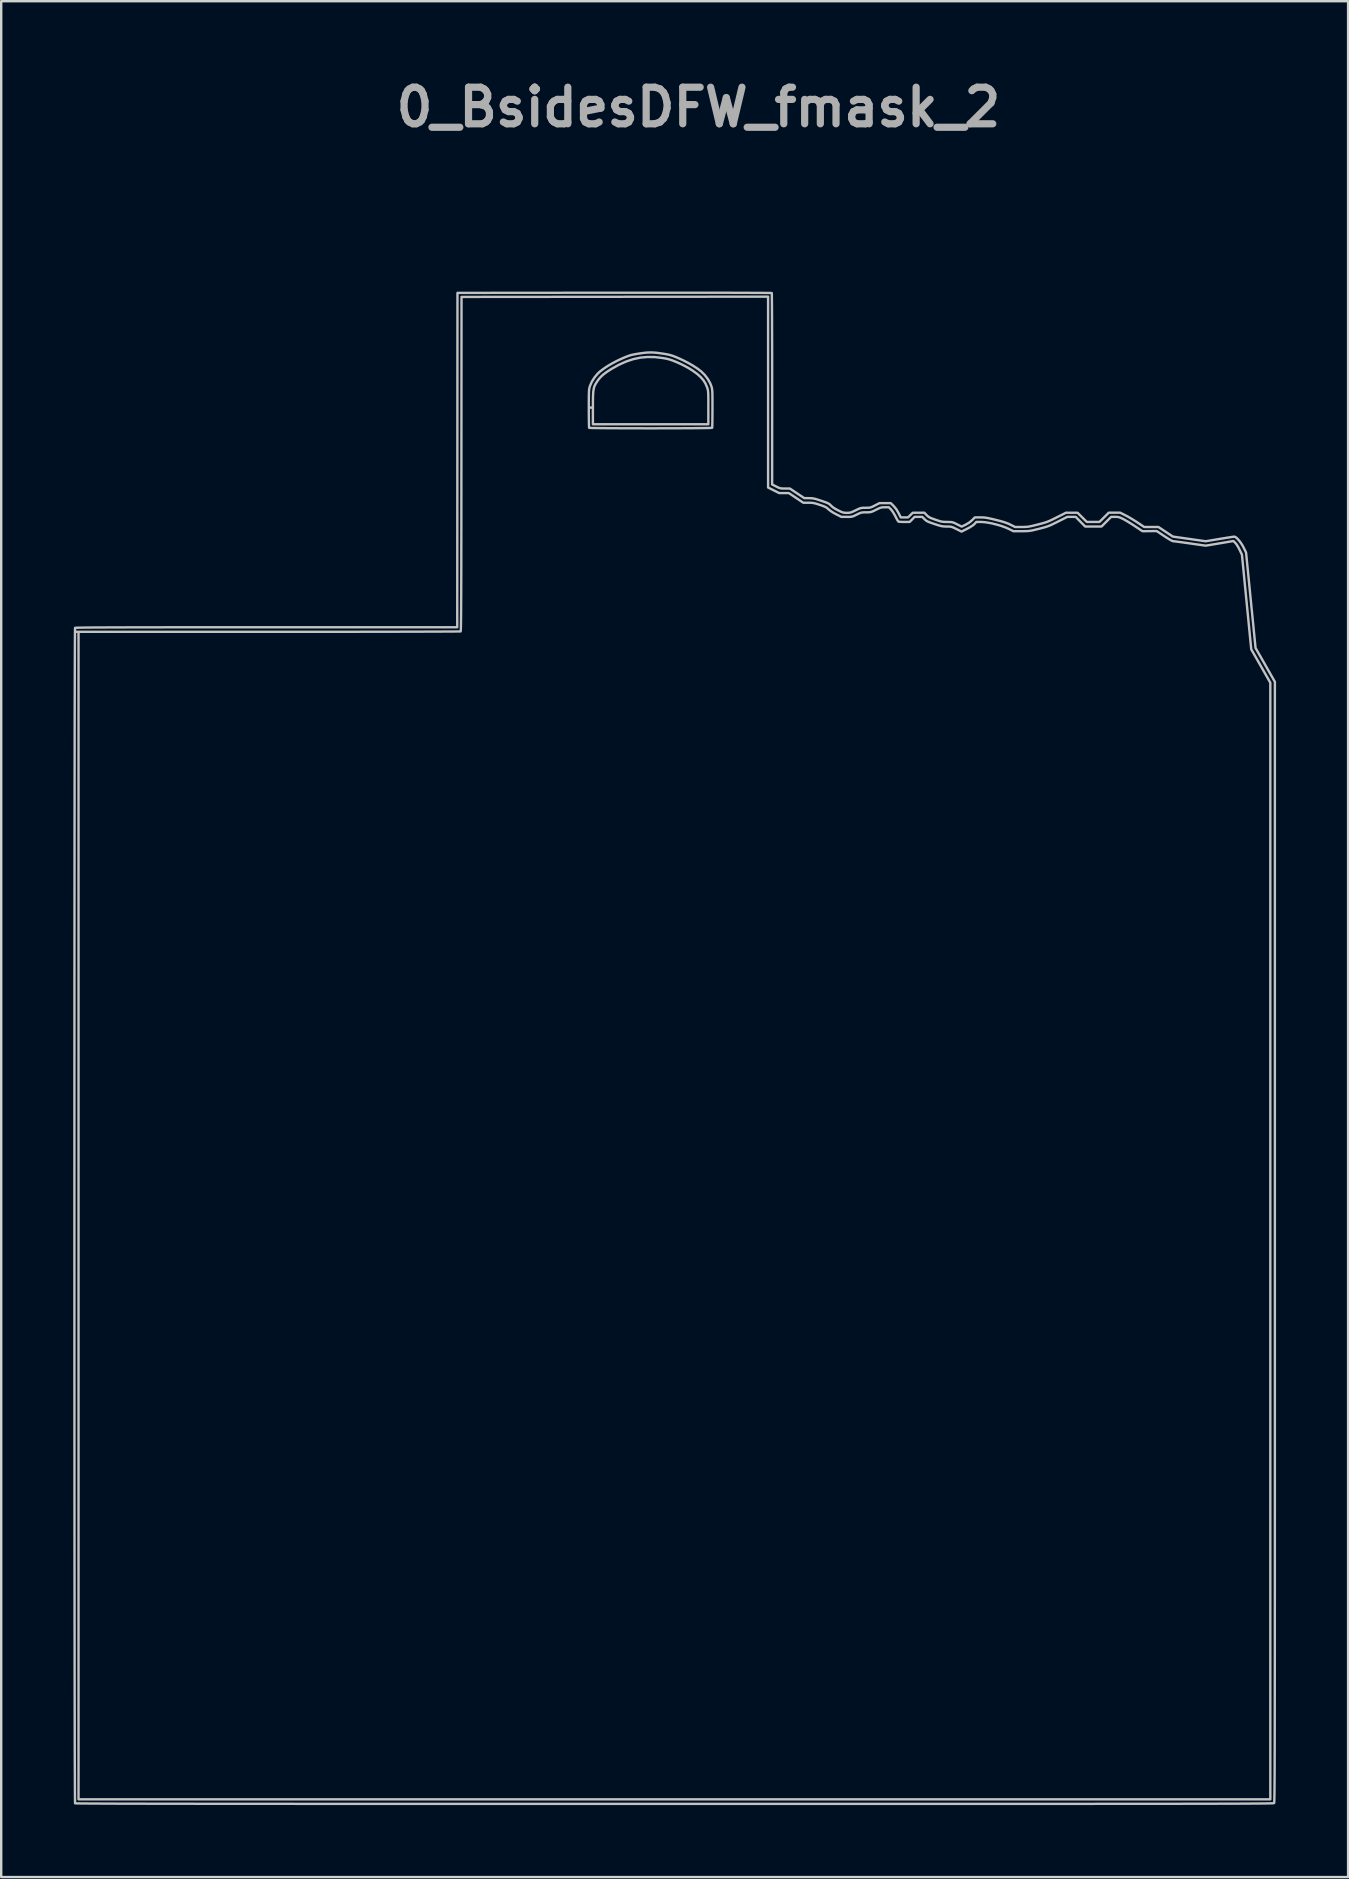
<source format=kicad_pcb>
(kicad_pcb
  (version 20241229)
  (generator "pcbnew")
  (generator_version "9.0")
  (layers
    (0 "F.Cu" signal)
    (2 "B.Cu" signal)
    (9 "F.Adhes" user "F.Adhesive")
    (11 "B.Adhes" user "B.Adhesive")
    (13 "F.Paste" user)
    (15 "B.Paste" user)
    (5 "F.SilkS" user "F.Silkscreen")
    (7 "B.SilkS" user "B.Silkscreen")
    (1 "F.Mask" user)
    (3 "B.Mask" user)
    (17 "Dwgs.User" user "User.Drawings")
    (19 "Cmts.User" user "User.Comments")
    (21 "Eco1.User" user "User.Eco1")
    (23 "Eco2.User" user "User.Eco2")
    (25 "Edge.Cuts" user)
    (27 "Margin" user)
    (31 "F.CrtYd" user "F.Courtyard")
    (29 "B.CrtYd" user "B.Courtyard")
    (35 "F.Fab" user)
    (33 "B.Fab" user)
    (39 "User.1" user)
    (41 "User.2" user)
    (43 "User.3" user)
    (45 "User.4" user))
  (footprint "0_BsidesDFW_fmask_2"
    (layer "F.Cu")
    (at 25.052 40.618)
    (property "Reference" "0_BsidesDFW_fmask_2" (at 1 -39.2 0) (layer "F.Fab") (effects (font (size 1.524 1.524) (thickness 0.3))))
    (attr board_only exclude_from_pos_files exclude_from_bom)
    (fp_poly (pts (xy 13.17 -16.141) (xy 13.306 -16.083) (xy 13.424 -15.988) (xy 13.523 -15.856) (xy 13.542 -15.822) (xy 13.587 -15.735) (xy 13.606 -15.677) (xy 13.598 -15.643) (xy 13.558 -15.627) (xy 13.483 -15.622) (xy 13.433 -15.621) (xy 13.282 -15.61) (xy 13.162 -15.576) (xy 13.064 -15.515) (xy 12.983 -15.422) (xy 12.921 -15.316) (xy 12.899 -15.254) (xy 12.882 -15.168) (xy 12.873 -15.089) (xy 12.867 -15.01) (xy 12.859 -14.964) (xy 12.846 -14.943) (xy 12.824 -14.937) (xy 12.819 -14.937) (xy 12.777 -14.949) (xy 12.719 -14.98) (xy 12.679 -15.007) (xy 12.556 -15.12) (xy 12.468 -15.252) (xy 12.417 -15.396) (xy 12.404 -15.547) (xy 12.43 -15.701) (xy 12.465 -15.791) (xy 12.553 -15.936) (xy 12.663 -16.046) (xy 12.794 -16.12) (xy 12.944 -16.156) (xy 13.017 -16.16)) (stroke (width 0) (type solid)) (fill yes) (layer "F.Mask"))
    (fp_poly (pts (xy 8.499 -18.233) (xy 8.516 -18.209) (xy 8.552 -18.158) (xy 8.603 -18.088) (xy 8.663 -18.005) (xy 8.668 -17.998) (xy 8.823 -17.783) (xy 8.693 -16.99) (xy 8.777 -16.701) (xy 8.809 -16.586) (xy 8.831 -16.502) (xy 8.844 -16.438) (xy 8.849 -16.386) (xy 8.847 -16.336) (xy 8.84 -16.277) (xy 8.837 -16.254) (xy 8.821 -16.166) (xy 8.803 -16.115) (xy 8.779 -16.099) (xy 8.746 -16.111) (xy 8.73 -16.123) (xy 8.707 -16.157) (xy 8.683 -16.218) (xy 8.671 -16.265) (xy 8.657 -16.318) (xy 8.632 -16.403) (xy 8.598 -16.515) (xy 8.558 -16.645) (xy 8.513 -16.787) (xy 8.48 -16.888) (xy 8.435 -17.03) (xy 8.392 -17.162) (xy 8.356 -17.279) (xy 8.327 -17.372) (xy 8.308 -17.437) (xy 8.302 -17.462) (xy 8.3 -17.512) (xy 8.306 -17.597) (xy 8.32 -17.711) (xy 8.341 -17.849) (xy 8.346 -17.879) (xy 8.368 -18.009) (xy 8.386 -18.104) (xy 8.401 -18.168) (xy 8.415 -18.209) (xy 8.43 -18.231) (xy 8.445 -18.24) (xy 8.484 -18.242)) (stroke (width 0) (type solid)) (fill yes) (layer "F.Mask"))
    (fp_poly (pts (xy 6.339 -18.217) (xy 6.376 -18.19) (xy 6.38 -18.187) (xy 6.414 -18.148) (xy 6.461 -18.086) (xy 6.515 -18.01) (xy 6.57 -17.929) (xy 6.62 -17.85) (xy 6.659 -17.783) (xy 6.683 -17.737) (xy 6.688 -17.722) (xy 6.681 -17.691) (xy 6.664 -17.63) (xy 6.639 -17.549) (xy 6.62 -17.491) (xy 6.566 -17.269) (xy 6.55 -17.041) (xy 6.573 -16.803) (xy 6.608 -16.64) (xy 6.661 -16.434) (xy 6.614 -16.237) (xy 6.589 -16.133) (xy 6.569 -16.063) (xy 6.552 -16.02) (xy 6.534 -15.999) (xy 6.513 -15.992) (xy 6.502 -15.991) (xy 6.482 -16) (xy 6.465 -16.031) (xy 6.448 -16.092) (xy 6.43 -16.176) (xy 6.415 -16.248) (xy 6.392 -16.353) (xy 6.362 -16.483) (xy 6.328 -16.63) (xy 6.292 -16.785) (xy 6.265 -16.898) (xy 6.229 -17.05) (xy 6.196 -17.194) (xy 6.168 -17.324) (xy 6.146 -17.432) (xy 6.131 -17.513) (xy 6.126 -17.552) (xy 6.124 -17.62) (xy 6.133 -17.699) (xy 6.153 -17.798) (xy 6.185 -17.928) (xy 6.186 -17.93) (xy 6.221 -18.056) (xy 6.252 -18.144) (xy 6.28 -18.198) (xy 6.308 -18.221)) (stroke (width 0) (type solid)) (fill yes) (layer "F.Mask"))
    (fp_poly (pts (xy -20.312 -13.637) (xy -20.165 -13.636) (xy -19.997 -13.634) (xy -19.814 -13.631) (xy -19.715 -13.629) (xy -19.481 -13.624) (xy -19.286 -13.619) (xy -19.125 -13.614) (xy -18.994 -13.608) (xy -18.888 -13.601) (xy -18.805 -13.592) (xy -18.738 -13.581) (xy -18.686 -13.568) (xy -18.643 -13.552) (xy -18.605 -13.533) (xy -18.575 -13.514) (xy -18.521 -13.461) (xy -18.468 -13.381) (xy -18.427 -13.289) (xy -18.407 -13.213) (xy -18.404 -13.115) (xy -18.419 -13) (xy -18.45 -12.884) (xy -18.485 -12.797) (xy -18.527 -12.714) (xy -19.274 -12.727) (xy -20.02 -12.74) (xy -20.031 -12.694) (xy -20.041 -12.648) (xy -20.056 -12.579) (xy -20.068 -12.521) (xy -20.095 -12.394) (xy -20.242 -12.393) (xy -20.329 -12.393) (xy -20.441 -12.395) (xy -20.558 -12.397) (xy -20.616 -12.399) (xy -20.729 -12.405) (xy -20.804 -12.413) (xy -20.84 -12.424) (xy -20.843 -12.429) (xy -20.839 -12.461) (xy -20.829 -12.527) (xy -20.813 -12.619) (xy -20.792 -12.733) (xy -20.769 -12.86) (xy -20.743 -12.996) (xy -20.717 -13.133) (xy -20.692 -13.266) (xy -20.668 -13.387) (xy -20.647 -13.491) (xy -20.63 -13.57) (xy -20.619 -13.619) (xy -20.615 -13.632) (xy -20.591 -13.635) (xy -20.53 -13.637) (xy -20.436 -13.637)) (stroke (width 0) (type solid)) (fill yes) (layer "F.Mask"))
    (fp_poly (pts (xy 16.979 -4.2) (xy 17.034 -4.158) (xy 17.12 -4.087) (xy 17.232 -4.008) (xy 17.358 -3.929) (xy 17.487 -3.857) (xy 17.547 -3.827) (xy 17.609 -3.799) (xy 17.681 -3.77) (xy 17.769 -3.738) (xy 17.874 -3.702) (xy 18.002 -3.661) (xy 18.155 -3.614) (xy 18.339 -3.559) (xy 18.555 -3.495) (xy 18.786 -3.429) (xy 19.067 -3.347) (xy 19.308 -3.275) (xy 19.512 -3.212) (xy 19.681 -3.157) (xy 19.816 -3.111) (xy 19.919 -3.071) (xy 19.993 -3.039) (xy 20.033 -3.016) (xy 20.113 -2.942) (xy 20.168 -2.853) (xy 20.189 -2.762) (xy 20.189 -2.756) (xy 20.175 -2.666) (xy 20.137 -2.566) (xy 20.085 -2.475) (xy 20.025 -2.408) (xy 20.024 -2.408) (xy 19.947 -2.347) (xy 19.662 -2.426) (xy 19.512 -2.468) (xy 19.346 -2.515) (xy 19.172 -2.564) (xy 18.999 -2.613) (xy 18.837 -2.659) (xy 18.693 -2.701) (xy 18.577 -2.735) (xy 18.533 -2.748) (xy 18.404 -2.792) (xy 18.255 -2.854) (xy 18.099 -2.927) (xy 17.951 -3.003) (xy 17.825 -3.077) (xy 17.813 -3.085) (xy 17.637 -3.215) (xy 17.458 -3.378) (xy 17.283 -3.565) (xy 17.121 -3.769) (xy 17.066 -3.846) (xy 17.001 -3.944) (xy 16.946 -4.033) (xy 16.904 -4.106) (xy 16.881 -4.155) (xy 16.877 -4.171) (xy 16.891 -4.209) (xy 16.927 -4.219)) (stroke (width 0) (type solid)) (fill yes) (layer "F.Mask"))
    (fp_poly (pts (xy -10.226 -4.332) (xy -10.18 -4.298) (xy -10.131 -4.254) (xy -9.903 -4.071) (xy -9.64 -3.904) (xy -9.344 -3.757) (xy -9.018 -3.63) (xy -8.666 -3.525) (xy -8.537 -3.494) (xy -8.433 -3.468) (xy -8.305 -3.433) (xy -8.158 -3.391) (xy -7.999 -3.343) (xy -7.833 -3.292) (xy -7.667 -3.239) (xy -7.505 -3.186) (xy -7.355 -3.136) (xy -7.223 -3.09) (xy -7.113 -3.05) (xy -7.032 -3.018) (xy -6.988 -2.996) (xy -6.936 -2.953) (xy -6.9 -2.905) (xy -6.898 -2.899) (xy -6.88 -2.812) (xy -6.881 -2.709) (xy -6.899 -2.61) (xy -6.91 -2.578) (xy -6.944 -2.517) (xy -6.992 -2.453) (xy -7.046 -2.396) (xy -7.095 -2.356) (xy -7.13 -2.343) (xy -7.161 -2.349) (xy -7.225 -2.364) (xy -7.312 -2.387) (xy -7.412 -2.414) (xy -7.426 -2.418) (xy -7.729 -2.503) (xy -7.995 -2.579) (xy -8.227 -2.649) (xy -8.429 -2.712) (xy -8.604 -2.772) (xy -8.755 -2.828) (xy -8.887 -2.882) (xy -9.002 -2.936) (xy -9.105 -2.991) (xy -9.199 -3.047) (xy -9.258 -3.087) (xy -9.406 -3.203) (xy -9.568 -3.355) (xy -9.742 -3.542) (xy -9.927 -3.761) (xy -10.03 -3.892) (xy -10.12 -4.01) (xy -10.185 -4.1) (xy -10.23 -4.168) (xy -10.258 -4.218) (xy -10.271 -4.255) (xy -10.274 -4.277) (xy -10.268 -4.324) (xy -10.254 -4.346) (xy -10.252 -4.346)) (stroke (width 0) (type solid)) (fill yes) (layer "F.Mask"))
    (fp_poly (pts (xy -20.546 -10.712) (xy -20.373 -10.711) (xy -20.194 -10.708) (xy -20.014 -10.704) (xy -19.839 -10.7) (xy -19.673 -10.694) (xy -19.522 -10.688) (xy -19.391 -10.682) (xy -19.285 -10.675) (xy -19.21 -10.667) (xy -19.181 -10.662) (xy -19.015 -10.612) (xy -18.874 -10.544) (xy -18.762 -10.46) (xy -18.682 -10.363) (xy -18.64 -10.258) (xy -18.638 -10.243) (xy -18.631 -10.112) (xy -18.649 -9.983) (xy -18.686 -9.878) (xy -18.723 -9.806) (xy -19.643 -9.808) (xy -19.875 -9.809) (xy -20.067 -9.808) (xy -20.224 -9.807) (xy -20.348 -9.805) (xy -20.442 -9.803) (xy -20.51 -9.799) (xy -20.554 -9.794) (xy -20.578 -9.788) (xy -20.584 -9.784) (xy -20.599 -9.75) (xy -20.616 -9.689) (xy -20.63 -9.62) (xy -20.645 -9.539) (xy -20.658 -9.466) (xy -20.666 -9.425) (xy -20.678 -9.367) (xy -21.029 -9.367) (xy -21.148 -9.368) (xy -21.252 -9.371) (xy -21.335 -9.374) (xy -21.388 -9.379) (xy -21.404 -9.383) (xy -21.408 -9.406) (xy -21.403 -9.465) (xy -21.389 -9.561) (xy -21.366 -9.695) (xy -21.334 -9.869) (xy -21.315 -9.968) (xy -21.285 -10.121) (xy -21.259 -10.263) (xy -21.236 -10.389) (xy -21.218 -10.491) (xy -21.207 -10.565) (xy -21.202 -10.603) (xy -21.202 -10.604) (xy -21.193 -10.659) (xy -21.171 -10.695) (xy -21.142 -10.702) (xy -21.076 -10.707) (xy -20.978 -10.71) (xy -20.854 -10.712) (xy -20.708 -10.713)) (stroke (width 0) (type solid)) (fill yes) (layer "F.Mask"))
    (fp_poly (pts (xy -8.467 -10.42) (xy -8.45 -10.413) (xy -8.431 -10.396) (xy -8.406 -10.364) (xy -8.373 -10.315) (xy -8.328 -10.242) (xy -8.269 -10.143) (xy -8.193 -10.013) (xy -8.168 -9.97) (xy -8.082 -9.821) (xy -8.018 -9.7) (xy -7.971 -9.598) (xy -7.938 -9.506) (xy -7.916 -9.418) (xy -7.903 -9.325) (xy -7.897 -9.253) (xy -7.901 -9.028) (xy -7.942 -8.816) (xy -8.017 -8.62) (xy -8.126 -8.445) (xy -8.267 -8.295) (xy -8.271 -8.291) (xy -8.462 -8.151) (xy -8.66 -8.051) (xy -8.867 -7.992) (xy -9.087 -7.972) (xy -9.22 -7.978) (xy -9.425 -8.018) (xy -9.619 -8.097) (xy -9.799 -8.213) (xy -9.961 -8.364) (xy -10.01 -8.422) (xy -10.067 -8.496) (xy -10.139 -8.596) (xy -10.219 -8.711) (xy -10.3 -8.831) (xy -10.375 -8.946) (xy -10.438 -9.045) (xy -10.45 -9.065) (xy -10.446 -9.094) (xy -10.424 -9.112) (xy -10.397 -9.119) (xy -10.36 -9.111) (xy -10.305 -9.084) (xy -10.227 -9.039) (xy -10.083 -8.961) (xy -9.945 -8.912) (xy -9.797 -8.888) (xy -9.661 -8.882) (xy -9.443 -8.902) (xy -9.236 -8.96) (xy -9.046 -9.055) (xy -8.874 -9.182) (xy -8.726 -9.34) (xy -8.606 -9.525) (xy -8.529 -9.698) (xy -8.512 -9.77) (xy -8.5 -9.871) (xy -8.493 -9.989) (xy -8.491 -10.112) (xy -8.495 -10.226) (xy -8.505 -10.319) (xy -8.509 -10.342) (xy -8.519 -10.394) (xy -8.513 -10.416) (xy -8.487 -10.422) (xy -8.483 -10.422)) (stroke (width 0) (type solid)) (fill yes) (layer "F.Mask"))
    (fp_poly (pts (xy 7.664 -15.859) (xy 7.674 -15.855) (xy 7.68 -15.833) (xy 7.69 -15.779) (xy 7.703 -15.702) (xy 7.711 -15.651) (xy 7.73 -15.546) (xy 7.758 -15.419) (xy 7.79 -15.288) (xy 7.813 -15.206) (xy 7.884 -14.959) (xy 7.781 -14.615) (xy 7.709 -14.371) (xy 7.648 -14.163) (xy 7.598 -13.987) (xy 7.559 -13.84) (xy 7.529 -13.717) (xy 7.507 -13.614) (xy 7.493 -13.527) (xy 7.485 -13.453) (xy 7.482 -13.387) (xy 7.482 -13.375) (xy 7.489 -13.24) (xy 7.51 -13.128) (xy 7.528 -13.071) (xy 7.553 -12.987) (xy 7.57 -12.902) (xy 7.574 -12.855) (xy 7.574 -12.763) (xy 6.083 -12.763) (xy 5.936 -12.937) (xy 5.868 -13.019) (xy 5.803 -13.097) (xy 5.751 -13.162) (xy 5.729 -13.19) (xy 5.67 -13.27) (xy 7.219 -13.27) (xy 7.204 -13.359) (xy 7.192 -13.42) (xy 7.169 -13.506) (xy 7.142 -13.602) (xy 7.129 -13.644) (xy 7.102 -13.738) (xy 7.081 -13.826) (xy 7.069 -13.894) (xy 7.067 -13.916) (xy 7.073 -13.965) (xy 7.089 -14.046) (xy 7.113 -14.149) (xy 7.141 -14.265) (xy 7.173 -14.384) (xy 7.206 -14.498) (xy 7.237 -14.597) (xy 7.256 -14.651) (xy 7.288 -14.746) (xy 7.327 -14.871) (xy 7.371 -15.016) (xy 7.416 -15.171) (xy 7.458 -15.327) (xy 7.497 -15.471) (xy 7.527 -15.596) (xy 7.539 -15.647) (xy 7.562 -15.748) (xy 7.579 -15.813) (xy 7.594 -15.851) (xy 7.61 -15.866) (xy 7.628 -15.868)) (stroke (width 0) (type solid)) (fill yes) (layer "F.Mask"))
    (fp_poly (pts (xy 4.542 -18.206) (xy 4.567 -18.197) (xy 4.598 -18.169) (xy 4.639 -18.117) (xy 4.694 -18.035) (xy 4.741 -17.961) (xy 4.797 -17.87) (xy 4.844 -17.79) (xy 4.877 -17.73) (xy 4.893 -17.696) (xy 4.894 -17.692) (xy 4.887 -17.666) (xy 4.87 -17.606) (xy 4.842 -17.517) (xy 4.807 -17.406) (xy 4.766 -17.279) (xy 4.738 -17.194) (xy 4.583 -16.719) (xy 3.728 -16.726) (xy 3.516 -16.727) (xy 3.341 -16.729) (xy 3.202 -16.729) (xy 3.092 -16.728) (xy 3.01 -16.727) (xy 2.95 -16.724) (xy 2.91 -16.72) (xy 2.884 -16.715) (xy 2.87 -16.708) (xy 2.863 -16.699) (xy 2.861 -16.694) (xy 2.848 -16.639) (xy 2.835 -16.556) (xy 2.822 -16.461) (xy 2.812 -16.367) (xy 2.807 -16.29) (xy 2.806 -16.271) (xy 2.806 -16.181) (xy 2.716 -16.184) (xy 2.635 -16.189) (xy 2.554 -16.198) (xy 2.545 -16.2) (xy 2.464 -16.213) (xy 2.451 -16.424) (xy 2.445 -16.546) (xy 2.441 -16.678) (xy 2.438 -16.811) (xy 2.438 -16.937) (xy 2.439 -17.049) (xy 2.443 -17.14) (xy 2.448 -17.201) (xy 2.452 -17.221) (xy 2.458 -17.231) (xy 2.469 -17.238) (xy 2.489 -17.244) (xy 2.523 -17.248) (xy 2.573 -17.251) (xy 2.645 -17.253) (xy 2.741 -17.253) (xy 2.866 -17.252) (xy 3.023 -17.249) (xy 3.217 -17.246) (xy 3.328 -17.244) (xy 4.188 -17.229) (xy 4.234 -17.375) (xy 4.298 -17.58) (xy 4.351 -17.748) (xy 4.394 -17.883) (xy 4.429 -17.988) (xy 4.455 -18.068) (xy 4.476 -18.126) (xy 4.492 -18.165) (xy 4.504 -18.189) (xy 4.515 -18.201) (xy 4.524 -18.206) (xy 4.534 -18.206)) (stroke (width 0) (type solid)) (fill yes) (layer "F.Mask"))
    (fp_poly (pts (xy -15.56 -5.903) (xy -15.535 -5.886) (xy -15.506 -5.853) (xy -15.467 -5.797) (xy -15.414 -5.713) (xy -15.363 -5.627) (xy -15.274 -5.478) (xy -15.204 -5.359) (xy -15.151 -5.264) (xy -15.111 -5.189) (xy -15.081 -5.129) (xy -15.06 -5.076) (xy -15.044 -5.027) (xy -15.033 -4.986) (xy -15.004 -4.804) (xy -15.004 -4.605) (xy -15.032 -4.401) (xy -15.087 -4.207) (xy -15.142 -4.077) (xy -15.199 -3.989) (xy -15.282 -3.891) (xy -15.383 -3.792) (xy -15.491 -3.702) (xy -15.595 -3.632) (xy -15.598 -3.63) (xy -15.696 -3.584) (xy -15.82 -3.54) (xy -15.954 -3.504) (xy -16.081 -3.479) (xy -16.118 -3.475) (xy -16.192 -3.472) (xy -16.283 -3.476) (xy -16.35 -3.483) (xy -16.499 -3.512) (xy -16.64 -3.562) (xy -16.789 -3.639) (xy -16.794 -3.642) (xy -16.891 -3.706) (xy -16.985 -3.785) (xy -17.079 -3.883) (xy -17.178 -4.005) (xy -17.286 -4.156) (xy -17.408 -4.339) (xy -17.422 -4.361) (xy -17.482 -4.457) (xy -17.522 -4.525) (xy -17.544 -4.568) (xy -17.551 -4.595) (xy -17.545 -4.611) (xy -17.532 -4.619) (xy -17.505 -4.626) (xy -17.466 -4.616) (xy -17.408 -4.587) (xy -17.336 -4.545) (xy -17.198 -4.47) (xy -17.065 -4.422) (xy -16.923 -4.396) (xy -16.761 -4.389) (xy -16.633 -4.393) (xy -16.523 -4.408) (xy -16.416 -4.439) (xy -16.295 -4.487) (xy -16.241 -4.513) (xy -16.14 -4.571) (xy -16.031 -4.651) (xy -15.924 -4.744) (xy -15.829 -4.839) (xy -15.759 -4.928) (xy -15.748 -4.947) (xy -15.698 -5.048) (xy -15.65 -5.173) (xy -15.61 -5.303) (xy -15.585 -5.42) (xy -15.583 -5.435) (xy -15.579 -5.51) (xy -15.582 -5.607) (xy -15.592 -5.709) (xy -15.606 -5.802) (xy -15.622 -5.869) (xy -15.624 -5.872) (xy -15.624 -5.898) (xy -15.592 -5.907) (xy -15.583 -5.907)) (stroke (width 0) (type solid)) (fill yes) (layer "F.Mask"))
    (fp_poly (pts (xy 14.739 -2.258) (xy 14.768 -2.226) (xy 14.807 -2.168) (xy 14.858 -2.083) (xy 14.923 -1.967) (xy 15.004 -1.817) (xy 15.011 -1.804) (xy 15.237 -1.382) (xy 15.064 -0.422) (xy 15.028 -0.226) (xy 14.995 -0.044) (xy 14.964 0.122) (xy 14.937 0.266) (xy 14.914 0.385) (xy 14.897 0.475) (xy 14.885 0.53) (xy 14.88 0.548) (xy 14.869 0.55) (xy 14.837 0.552) (xy 14.783 0.553) (xy 14.707 0.555) (xy 14.607 0.557) (xy 14.481 0.558) (xy 14.329 0.559) (xy 14.149 0.561) (xy 13.94 0.562) (xy 13.7 0.563) (xy 13.429 0.565) (xy 13.125 0.566) (xy 12.786 0.567) (xy 12.412 0.569) (xy 12.002 0.57) (xy 11.553 0.572) (xy 11.065 0.573) (xy 10.536 0.574) (xy 10.37 0.575) (xy 8.368 0.58) (xy 8.168 0.274) (xy 8.067 0.118) (xy 7.986 -0.006) (xy 7.924 -0.103) (xy 7.879 -0.176) (xy 7.847 -0.23) (xy 7.828 -0.268) (xy 7.818 -0.294) (xy 7.816 -0.312) (xy 7.819 -0.325) (xy 7.819 -0.327) (xy 7.823 -0.332) (xy 7.83 -0.336) (xy 7.844 -0.34) (xy 7.867 -0.344) (xy 7.899 -0.347) (xy 7.944 -0.349) (xy 8.003 -0.352) (xy 8.078 -0.353) (xy 8.171 -0.355) (xy 8.284 -0.356) (xy 8.419 -0.357) (xy 8.578 -0.357) (xy 8.763 -0.357) (xy 8.976 -0.357) (xy 9.219 -0.356) (xy 9.493 -0.355) (xy 9.801 -0.354) (xy 10.145 -0.352) (xy 10.527 -0.351) (xy 10.948 -0.349) (xy 11.084 -0.348) (xy 14.335 -0.332) (xy 14.467 -1.036) (xy 14.501 -1.217) (xy 14.535 -1.397) (xy 14.566 -1.568) (xy 14.595 -1.723) (xy 14.619 -1.855) (xy 14.637 -1.957) (xy 14.644 -1.994) (xy 14.662 -2.093) (xy 14.679 -2.176) (xy 14.693 -2.236) (xy 14.702 -2.263) (xy 14.702 -2.263) (xy 14.718 -2.269)) (stroke (width 0) (type solid)) (fill yes) (layer "F.Mask"))
    (fp_poly (pts (xy 4.421 -16.174) (xy 4.449 -16.15) (xy 4.485 -16.104) (xy 4.534 -16.032) (xy 4.599 -15.928) (xy 4.607 -15.915) (xy 4.769 -15.65) (xy 4.722 -15.166) (xy 4.674 -14.683) (xy 2.848 -14.683) (xy 2.848 -14.446) (xy 2.852 -14.245) (xy 2.864 -14.02) (xy 2.881 -13.791) (xy 2.904 -13.573) (xy 2.923 -13.429) (xy 2.959 -13.237) (xy 3.007 -13.071) (xy 3.072 -12.917) (xy 3.09 -12.881) (xy 3.12 -12.813) (xy 3.14 -12.754) (xy 3.143 -12.728) (xy 3.143 -12.679) (xy 1.487 -12.679) (xy 1.303 -12.913) (xy 1.236 -12.999) (xy 1.18 -13.076) (xy 1.14 -13.137) (xy 1.119 -13.174) (xy 1.118 -13.179) (xy 1.122 -13.189) (xy 1.135 -13.196) (xy 1.163 -13.201) (xy 1.21 -13.204) (xy 1.279 -13.205) (xy 1.376 -13.205) (xy 1.504 -13.203) (xy 1.668 -13.199) (xy 1.758 -13.197) (xy 1.928 -13.194) (xy 2.093 -13.191) (xy 2.246 -13.191) (xy 2.38 -13.191) (xy 2.487 -13.193) (xy 2.56 -13.196) (xy 2.571 -13.197) (xy 2.655 -13.205) (xy 2.706 -13.213) (xy 2.732 -13.225) (xy 2.741 -13.244) (xy 2.743 -13.262) (xy 2.733 -13.31) (xy 2.709 -13.376) (xy 2.692 -13.413) (xy 2.617 -13.582) (xy 2.556 -13.761) (xy 2.51 -13.958) (xy 2.477 -14.177) (xy 2.457 -14.424) (xy 2.448 -14.704) (xy 2.447 -14.815) (xy 2.447 -15.212) (xy 3.356 -15.21) (xy 3.548 -15.209) (xy 3.727 -15.21) (xy 3.887 -15.21) (xy 4.026 -15.212) (xy 4.139 -15.213) (xy 4.221 -15.215) (xy 4.267 -15.217) (xy 4.277 -15.219) (xy 4.284 -15.246) (xy 4.294 -15.31) (xy 4.303 -15.404) (xy 4.314 -15.525) (xy 4.323 -15.664) (xy 4.332 -15.818) (xy 4.336 -15.891) (xy 4.342 -16.006) (xy 4.347 -16.086) (xy 4.354 -16.137) (xy 4.362 -16.165) (xy 4.375 -16.178) (xy 4.392 -16.181) (xy 4.397 -16.181)) (stroke (width 0) (type solid)) (fill yes) (layer "F.Mask"))
    (fp_poly (pts (xy -1.866 -17.244) (xy -1.758 -17.241) (xy -1.674 -17.236) (xy -1.606 -17.227) (xy -1.544 -17.215) (xy -1.48 -17.197) (xy -1.474 -17.195) (xy -1.319 -17.133) (xy -1.173 -17.039) (xy -1.03 -16.911) (xy -0.917 -16.782) (xy -0.779 -16.613) (xy -0.841 -16.607) (xy -0.901 -16.614) (xy -0.976 -16.64) (xy -1.005 -16.653) (xy -1.09 -16.69) (xy -1.19 -16.716) (xy -1.312 -16.735) (xy -1.462 -16.746) (xy -1.646 -16.75) (xy -1.691 -16.75) (xy -2.001 -16.75) (xy -2.016 -16.631) (xy -2.022 -16.544) (xy -2.025 -16.426) (xy -2.024 -16.286) (xy -2.019 -16.135) (xy -2.012 -15.983) (xy -2.003 -15.84) (xy -1.992 -15.714) (xy -1.979 -15.618) (xy -1.974 -15.59) (xy -1.944 -15.484) (xy -1.907 -15.394) (xy -1.882 -15.352) (xy -1.843 -15.297) (xy -1.813 -15.255) (xy -1.806 -15.244) (xy -1.795 -15.193) (xy -1.82 -15.123) (xy -1.879 -15.038) (xy -1.898 -15.016) (xy -1.948 -14.954) (xy -1.988 -14.895) (xy -2.004 -14.864) (xy -2.012 -14.821) (xy -2.019 -14.746) (xy -2.024 -14.651) (xy -2.025 -14.545) (xy -2.025 -14.282) (xy -2.2 -14.282) (xy -2.298 -14.285) (xy -2.367 -14.294) (xy -2.401 -14.308) (xy -2.409 -14.33) (xy -2.416 -14.381) (xy -2.421 -14.463) (xy -2.424 -14.579) (xy -2.426 -14.732) (xy -2.426 -14.846) (xy -2.426 -15.359) (xy -2.32 -15.494) (xy -2.267 -15.567) (xy -2.222 -15.636) (xy -2.194 -15.688) (xy -2.191 -15.694) (xy -2.18 -15.739) (xy -2.188 -15.777) (xy -2.219 -15.823) (xy -2.229 -15.835) (xy -2.282 -15.905) (xy -2.324 -15.97) (xy -2.356 -16.038) (xy -2.38 -16.114) (xy -2.396 -16.203) (xy -2.407 -16.313) (xy -2.413 -16.449) (xy -2.415 -16.617) (xy -2.416 -16.743) (xy -2.415 -16.88) (xy -2.413 -17.003) (xy -2.409 -17.105) (xy -2.405 -17.18) (xy -2.4 -17.222) (xy -2.398 -17.229) (xy -2.372 -17.234) (xy -2.311 -17.239) (xy -2.222 -17.243) (xy -2.113 -17.245) (xy -2.008 -17.245)) (stroke (width 0) (type solid)) (fill yes) (layer "F.Mask"))
    (fp_poly (pts (xy 15.35 -16.042) (xy 15.414 -15.949) (xy 15.468 -15.868) (xy 15.507 -15.806) (xy 15.529 -15.769) (xy 15.531 -15.761) (xy 15.516 -15.743) (xy 15.474 -15.699) (xy 15.41 -15.632) (xy 15.327 -15.546) (xy 15.23 -15.444) (xy 15.12 -15.331) (xy 15.054 -15.262) (xy 14.583 -14.776) (xy 14.694 -14.207) (xy 14.736 -13.996) (xy 14.776 -13.796) (xy 14.814 -13.612) (xy 14.848 -13.448) (xy 14.878 -13.31) (xy 14.902 -13.201) (xy 14.919 -13.126) (xy 14.928 -13.096) (xy 14.931 -13.074) (xy 14.921 -13.064) (xy 14.894 -13.069) (xy 14.845 -13.09) (xy 14.771 -13.129) (xy 14.667 -13.187) (xy 14.588 -13.232) (xy 14.468 -13.3) (xy 14.333 -13.374) (xy 14.189 -13.453) (xy 14.043 -13.532) (xy 13.898 -13.608) (xy 13.76 -13.681) (xy 13.635 -13.745) (xy 13.528 -13.799) (xy 13.444 -13.84) (xy 13.388 -13.865) (xy 13.372 -13.871) (xy 13.339 -13.872) (xy 13.294 -13.86) (xy 13.23 -13.831) (xy 13.141 -13.784) (xy 13.088 -13.754) (xy 12.91 -13.653) (xy 12.742 -13.557) (xy 12.589 -13.469) (xy 12.455 -13.392) (xy 12.343 -13.328) (xy 12.259 -13.279) (xy 12.207 -13.249) (xy 12.2 -13.245) (xy 12.133 -13.204) (xy 11.929 -13.45) (xy 11.858 -13.537) (xy 11.801 -13.612) (xy 11.761 -13.671) (xy 11.743 -13.706) (xy 11.743 -13.713) (xy 11.765 -13.727) (xy 11.819 -13.76) (xy 11.901 -13.809) (xy 12.007 -13.871) (xy 12.132 -13.943) (xy 12.272 -14.024) (xy 12.388 -14.091) (xy 13.015 -14.451) (xy 13.689 -14.108) (xy 13.844 -14.03) (xy 13.988 -13.958) (xy 14.115 -13.895) (xy 14.221 -13.844) (xy 14.302 -13.805) (xy 14.355 -13.782) (xy 14.373 -13.776) (xy 14.372 -13.798) (xy 14.364 -13.857) (xy 14.349 -13.947) (xy 14.329 -14.064) (xy 14.304 -14.201) (xy 14.275 -14.355) (xy 14.261 -14.43) (xy 14.23 -14.594) (xy 14.201 -14.749) (xy 14.175 -14.889) (xy 14.153 -15.007) (xy 14.137 -15.098) (xy 14.127 -15.156) (xy 14.125 -15.168) (xy 14.111 -15.263) (xy 15.162 -16.312)) (stroke (width 0) (type solid)) (fill yes) (layer "F.Mask"))
    (fp_poly (pts (xy 3.099 -6.321) (xy 3.226 -6.319) (xy 3.365 -6.316) (xy 3.509 -6.313) (xy 3.653 -6.309) (xy 3.789 -6.304) (xy 3.913 -6.299) (xy 4.017 -6.293) (xy 4.096 -6.287) (xy 4.116 -6.285) (xy 4.358 -6.241) (xy 4.589 -6.165) (xy 4.801 -6.06) (xy 4.986 -5.93) (xy 5.061 -5.861) (xy 5.169 -5.743) (xy 5.265 -5.616) (xy 5.344 -5.487) (xy 5.403 -5.364) (xy 5.437 -5.256) (xy 5.443 -5.199) (xy 5.437 -5.164) (xy 5.414 -5.15) (xy 5.369 -5.157) (xy 5.297 -5.186) (xy 5.245 -5.209) (xy 5.098 -5.27) (xy 4.925 -5.325) (xy 4.745 -5.37) (xy 4.576 -5.4) (xy 4.573 -5.4) (xy 4.5 -5.406) (xy 4.394 -5.412) (xy 4.264 -5.417) (xy 4.118 -5.42) (xy 3.967 -5.422) (xy 3.91 -5.422) (xy 3.421 -5.422) (xy 3.409 -5.364) (xy 3.403 -5.33) (xy 3.39 -5.259) (xy 3.372 -5.158) (xy 3.349 -5.031) (xy 3.323 -4.883) (xy 3.293 -4.72) (xy 3.27 -4.588) (xy 3.236 -4.398) (xy 3.198 -4.192) (xy 3.159 -3.978) (xy 3.119 -3.76) (xy 3.079 -3.543) (xy 3.04 -3.333) (xy 3.002 -3.136) (xy 2.968 -2.956) (xy 2.938 -2.798) (xy 2.913 -2.669) (xy 2.894 -2.574) (xy 2.887 -2.54) (xy 2.864 -2.432) (xy 2.661 -2.419) (xy 2.543 -2.412) (xy 2.413 -2.408) (xy 2.296 -2.405) (xy 2.274 -2.405) (xy 2.09 -2.405) (xy 2.102 -2.474) (xy 2.109 -2.511) (xy 2.124 -2.585) (xy 2.144 -2.688) (xy 2.17 -2.814) (xy 2.199 -2.959) (xy 2.23 -3.115) (xy 2.238 -3.154) (xy 2.277 -3.349) (xy 2.32 -3.568) (xy 2.364 -3.795) (xy 2.407 -4.018) (xy 2.446 -4.222) (xy 2.467 -4.335) (xy 2.515 -4.596) (xy 2.562 -4.851) (xy 2.607 -5.095) (xy 2.649 -5.327) (xy 2.688 -5.542) (xy 2.724 -5.737) (xy 2.755 -5.91) (xy 2.782 -6.056) (xy 2.803 -6.173) (xy 2.817 -6.257) (xy 2.825 -6.304) (xy 2.827 -6.314) (xy 2.847 -6.318) (xy 2.903 -6.32) (xy 2.989 -6.321)) (stroke (width 0) (type solid)) (fill yes) (layer "F.Mask"))
    (fp_poly (pts (xy 23.24 -7.366) (xy 23.263 -7.315) (xy 23.282 -7.224) (xy 23.298 -7.122) (xy 23.318 -6.944) (xy 23.329 -6.736) (xy 23.332 -6.507) (xy 23.326 -6.269) (xy 23.318 -6.13) (xy 23.305 -5.921) (xy 23.091 -5.698) (xy 23.002 -5.603) (xy 22.896 -5.488) (xy 22.784 -5.363) (xy 22.675 -5.24) (xy 22.618 -5.174) (xy 22.537 -5.08) (xy 22.466 -4.998) (xy 22.409 -4.933) (xy 22.371 -4.89) (xy 22.356 -4.874) (xy 22.356 -4.874) (xy 22.339 -4.887) (xy 22.301 -4.921) (xy 22.267 -4.951) (xy 22.113 -5.071) (xy 21.925 -5.189) (xy 21.71 -5.301) (xy 21.476 -5.406) (xy 21.23 -5.499) (xy 20.982 -5.577) (xy 20.738 -5.638) (xy 20.506 -5.678) (xy 20.399 -5.689) (xy 20.251 -5.691) (xy 20.096 -5.676) (xy 19.947 -5.646) (xy 19.814 -5.604) (xy 19.71 -5.552) (xy 19.697 -5.543) (xy 19.666 -5.524) (xy 19.633 -5.514) (xy 19.593 -5.514) (xy 19.537 -5.525) (xy 19.46 -5.549) (xy 19.355 -5.586) (xy 19.278 -5.615) (xy 19.125 -5.674) (xy 19.008 -5.727) (xy 18.924 -5.778) (xy 18.867 -5.829) (xy 18.835 -5.885) (xy 18.821 -5.949) (xy 18.822 -6.021) (xy 18.853 -6.153) (xy 18.917 -6.279) (xy 19.008 -6.387) (xy 19.082 -6.445) (xy 19.17 -6.499) (xy 19.251 -6.538) (xy 19.333 -6.564) (xy 19.426 -6.58) (xy 19.541 -6.588) (xy 19.687 -6.59) (xy 19.715 -6.59) (xy 19.845 -6.588) (xy 19.947 -6.584) (xy 20.032 -6.576) (xy 20.112 -6.563) (xy 20.202 -6.542) (xy 20.279 -6.522) (xy 20.574 -6.434) (xy 20.853 -6.331) (xy 21.11 -6.217) (xy 21.34 -6.094) (xy 21.536 -5.964) (xy 21.634 -5.887) (xy 21.738 -5.796) (xy 21.918 -5.984) (xy 22.001 -6.071) (xy 22.099 -6.179) (xy 22.203 -6.293) (xy 22.3 -6.403) (xy 22.318 -6.424) (xy 22.41 -6.529) (xy 22.508 -6.638) (xy 22.602 -6.742) (xy 22.681 -6.828) (xy 22.698 -6.846) (xy 22.782 -6.936) (xy 22.879 -7.043) (xy 22.974 -7.15) (xy 23.025 -7.208) (xy 23.107 -7.299) (xy 23.167 -7.357) (xy 23.21 -7.38)) (stroke (width 0) (type solid)) (fill yes) (layer "F.Mask"))
    (fp_poly (pts (xy -4.204 -7.74) (xy -4.169 -7.69) (xy -4.12 -7.614) (xy -4.062 -7.52) (xy -3.998 -7.413) (xy -3.931 -7.299) (xy -3.865 -7.184) (xy -3.803 -7.075) (xy -3.749 -6.976) (xy -3.707 -6.895) (xy -3.68 -6.838) (xy -3.671 -6.81) (xy -3.68 -6.778) (xy -3.707 -6.715) (xy -3.748 -6.628) (xy -3.8 -6.522) (xy -3.859 -6.406) (xy -3.923 -6.283) (xy -3.987 -6.162) (xy -4.05 -6.048) (xy -4.107 -5.948) (xy -4.141 -5.89) (xy -4.209 -5.783) (xy -4.288 -5.666) (xy -4.364 -5.558) (xy -4.392 -5.521) (xy -4.477 -5.41) (xy -4.56 -5.303) (xy -4.637 -5.205) (xy -4.705 -5.122) (xy -4.759 -5.057) (xy -4.795 -5.018) (xy -4.807 -5.007) (xy -4.829 -5.015) (xy -4.881 -5.041) (xy -4.955 -5.08) (xy -5.044 -5.128) (xy -5.063 -5.139) (xy -5.29 -5.258) (xy -5.523 -5.368) (xy -5.753 -5.465) (xy -5.973 -5.546) (xy -6.175 -5.608) (xy -6.339 -5.645) (xy -6.546 -5.67) (xy -6.757 -5.673) (xy -6.963 -5.657) (xy -7.153 -5.621) (xy -7.317 -5.568) (xy -7.337 -5.559) (xy -7.454 -5.505) (xy -7.656 -5.572) (xy -7.837 -5.636) (xy -7.984 -5.697) (xy -8.095 -5.753) (xy -8.168 -5.803) (xy -8.175 -5.81) (xy -8.215 -5.878) (xy -8.23 -5.969) (xy -8.221 -6.072) (xy -8.186 -6.178) (xy -8.177 -6.198) (xy -8.105 -6.305) (xy -8.008 -6.407) (xy -7.901 -6.49) (xy -7.856 -6.515) (xy -7.716 -6.566) (xy -7.545 -6.593) (xy -7.345 -6.599) (xy -7.122 -6.582) (xy -6.879 -6.543) (xy -6.774 -6.52) (xy -6.641 -6.488) (xy -6.522 -6.454) (xy -6.409 -6.417) (xy -6.293 -6.372) (xy -6.167 -6.317) (xy -6.024 -6.248) (xy -5.854 -6.163) (xy -5.788 -6.129) (xy -5.405 -5.932) (xy -5.321 -6.02) (xy -5.28 -6.065) (xy -5.221 -6.137) (xy -5.149 -6.229) (xy -5.069 -6.332) (xy -4.996 -6.428) (xy -4.896 -6.568) (xy -4.791 -6.728) (xy -4.684 -6.899) (xy -4.582 -7.074) (xy -4.487 -7.244) (xy -4.405 -7.402) (xy -4.34 -7.54) (xy -4.303 -7.633) (xy -4.27 -7.712) (xy -4.243 -7.752) (xy -4.223 -7.759)) (stroke (width 0) (type solid)) (fill yes) (layer "F.Mask"))
    (fp_poly (pts (xy 15.865 -8.354) (xy 15.865 -8.354) (xy 15.885 -8.33) (xy 15.922 -8.275) (xy 15.973 -8.194) (xy 16.033 -8.092) (xy 16.1 -7.975) (xy 16.138 -7.906) (xy 16.213 -7.769) (xy 16.27 -7.663) (xy 16.311 -7.584) (xy 16.339 -7.524) (xy 16.355 -7.48) (xy 16.363 -7.445) (xy 16.363 -7.414) (xy 16.36 -7.384) (xy 16.354 -7.346) (xy 16.341 -7.272) (xy 16.323 -7.167) (xy 16.299 -7.038) (xy 16.272 -6.889) (xy 16.243 -6.725) (xy 16.211 -6.554) (xy 16.179 -6.379) (xy 16.148 -6.207) (xy 16.118 -6.042) (xy 16.09 -5.891) (xy 16.065 -5.759) (xy 16.045 -5.651) (xy 16.03 -5.573) (xy 16.021 -5.531) (xy 16.021 -5.53) (xy 16.01 -5.479) (xy 13.902 -5.489) (xy 11.794 -5.499) (xy 11.76 -5.327) (xy 11.655 -5.326) (xy 11.591 -5.326) (xy 11.499 -5.327) (xy 11.39 -5.329) (xy 11.294 -5.332) (xy 11.17 -5.337) (xy 11.086 -5.345) (xy 11.039 -5.355) (xy 11.028 -5.364) (xy 11.03 -5.39) (xy 11.038 -5.45) (xy 11.052 -5.537) (xy 11.07 -5.645) (xy 11.091 -5.766) (xy 11.113 -5.893) (xy 11.137 -6.019) (xy 11.159 -6.137) (xy 11.179 -6.24) (xy 11.196 -6.322) (xy 11.208 -6.374) (xy 11.212 -6.386) (xy 11.221 -6.391) (xy 11.246 -6.395) (xy 11.288 -6.399) (xy 11.351 -6.402) (xy 11.437 -6.404) (xy 11.546 -6.407) (xy 11.682 -6.408) (xy 11.847 -6.41) (xy 12.042 -6.411) (xy 12.27 -6.412) (xy 12.533 -6.413) (xy 12.833 -6.413) (xy 13.172 -6.413) (xy 13.322 -6.413) (xy 13.72 -6.413) (xy 14.076 -6.414) (xy 14.39 -6.415) (xy 14.663 -6.417) (xy 14.893 -6.419) (xy 15.082 -6.421) (xy 15.229 -6.424) (xy 15.334 -6.427) (xy 15.399 -6.43) (xy 15.421 -6.434) (xy 15.421 -6.435) (xy 15.425 -6.461) (xy 15.436 -6.522) (xy 15.451 -6.612) (xy 15.472 -6.725) (xy 15.495 -6.853) (xy 15.505 -6.904) (xy 15.535 -7.07) (xy 15.571 -7.262) (xy 15.607 -7.464) (xy 15.643 -7.661) (xy 15.674 -7.836) (xy 15.675 -7.837) (xy 15.705 -8.005) (xy 15.731 -8.136) (xy 15.753 -8.233) (xy 15.773 -8.3) (xy 15.793 -8.342) (xy 15.814 -8.362) (xy 15.837 -8.365)) (stroke (width 0) (type solid)) (fill yes) (layer "F.Mask"))
    (fp_poly (pts (xy -4.267 -12.702) (xy -4.223 -12.649) (xy -4.162 -12.559) (xy -4.138 -12.519) (xy -3.921 -12.136) (xy -3.732 -11.747) (xy -3.572 -11.356) (xy -3.443 -10.971) (xy -3.348 -10.597) (xy -3.303 -10.348) (xy -3.276 -10.136) (xy -3.256 -9.899) (xy -3.241 -9.652) (xy -3.234 -9.409) (xy -3.235 -9.187) (xy -3.238 -9.114) (xy -3.245 -8.986) (xy -3.255 -8.854) (xy -3.268 -8.724) (xy -3.282 -8.603) (xy -3.296 -8.498) (xy -3.31 -8.416) (xy -3.323 -8.365) (xy -3.329 -8.352) (xy -3.356 -8.35) (xy -3.412 -8.355) (xy -3.486 -8.367) (xy -3.491 -8.368) (xy -3.54 -8.377) (xy -3.626 -8.392) (xy -3.745 -8.412) (xy -3.892 -8.437) (xy -4.063 -8.466) (xy -4.253 -8.498) (xy -4.459 -8.532) (xy -4.675 -8.568) (xy -4.789 -8.587) (xy -5.008 -8.624) (xy -5.218 -8.659) (xy -5.414 -8.692) (xy -5.592 -8.722) (xy -5.749 -8.749) (xy -5.878 -8.771) (xy -5.978 -8.789) (xy -6.042 -8.8) (xy -6.06 -8.804) (xy -6.181 -8.829) (xy -6.477 -9.271) (xy -6.578 -9.424) (xy -6.657 -9.548) (xy -6.713 -9.641) (xy -6.745 -9.703) (xy -6.752 -9.732) (xy -6.752 -9.733) (xy -6.721 -9.738) (xy -6.651 -9.733) (xy -6.544 -9.716) (xy -6.44 -9.697) (xy -6.331 -9.677) (xy -6.191 -9.651) (xy -6.031 -9.623) (xy -5.864 -9.594) (xy -5.699 -9.565) (xy -5.654 -9.558) (xy -5.488 -9.53) (xy -5.295 -9.496) (xy -5.086 -9.46) (xy -4.875 -9.422) (xy -4.675 -9.387) (xy -4.571 -9.368) (xy -4.417 -9.34) (xy -4.275 -9.315) (xy -4.152 -9.294) (xy -4.052 -9.277) (xy -3.981 -9.266) (xy -3.946 -9.261) (xy -3.944 -9.261) (xy -3.911 -9.278) (xy -3.886 -9.33) (xy -3.883 -9.34) (xy -3.865 -9.431) (xy -3.85 -9.557) (xy -3.838 -9.709) (xy -3.828 -9.882) (xy -3.822 -10.066) (xy -3.819 -10.256) (xy -3.819 -10.443) (xy -3.823 -10.62) (xy -3.83 -10.779) (xy -3.842 -10.914) (xy -3.851 -10.98) (xy -3.894 -11.24) (xy -3.938 -11.466) (xy -3.983 -11.666) (xy -4.031 -11.851) (xy -4.086 -12.027) (xy -4.149 -12.203) (xy -4.173 -12.268) (xy -4.231 -12.425) (xy -4.273 -12.55) (xy -4.297 -12.641) (xy -4.304 -12.697) (xy -4.294 -12.717)) (stroke (width 0) (type solid)) (fill yes) (layer "F.Mask"))
    (fp_poly (pts (xy -9.344 -13.083) (xy -9.165 -13.069) (xy -8.996 -13.042) (xy -8.825 -13.002) (xy -8.64 -12.944) (xy -8.448 -12.874) (xy -8.222 -12.777) (xy -8.02 -12.667) (xy -7.827 -12.534) (xy -7.63 -12.371) (xy -7.626 -12.367) (xy -7.468 -12.217) (xy -7.334 -12.066) (xy -7.21 -11.901) (xy -7.088 -11.711) (xy -7.031 -11.615) (xy -6.993 -11.549) (xy -6.972 -11.505) (xy -6.966 -11.476) (xy -6.972 -11.456) (xy -6.985 -11.44) (xy -7.006 -11.438) (xy -7.042 -11.459) (xy -7.098 -11.508) (xy -7.159 -11.568) (xy -7.298 -11.697) (xy -7.435 -11.799) (xy -7.587 -11.885) (xy -7.721 -11.946) (xy -8 -12.044) (xy -8.307 -12.116) (xy -8.637 -12.161) (xy -8.986 -12.178) (xy -8.987 -12.178) (xy -9.328 -12.159) (xy -9.66 -12.099) (xy -9.984 -11.998) (xy -10.299 -11.856) (xy -10.606 -11.673) (xy -10.669 -11.629) (xy -10.805 -11.526) (xy -10.949 -11.405) (xy -11.093 -11.274) (xy -11.229 -11.139) (xy -11.35 -11.01) (xy -11.446 -10.894) (xy -11.477 -10.852) (xy -11.617 -10.622) (xy -11.746 -10.363) (xy -11.857 -10.087) (xy -11.945 -9.804) (xy -12.006 -9.536) (xy -12.022 -9.405) (xy -12.03 -9.25) (xy -12.03 -9.081) (xy -12.023 -8.905) (xy -12.01 -8.733) (xy -11.991 -8.572) (xy -11.966 -8.433) (xy -11.937 -8.324) (xy -11.927 -8.298) (xy -11.905 -8.224) (xy -11.909 -8.18) (xy -11.934 -8.165) (xy -11.976 -8.179) (xy -12.029 -8.224) (xy -12.08 -8.286) (xy -12.175 -8.43) (xy -12.273 -8.598) (xy -12.364 -8.775) (xy -12.44 -8.944) (xy -12.453 -8.976) (xy -12.547 -9.27) (xy -12.604 -9.583) (xy -12.624 -9.915) (xy -12.608 -10.264) (xy -12.556 -10.628) (xy -12.549 -10.664) (xy -12.51 -10.823) (xy -12.454 -10.999) (xy -12.387 -11.179) (xy -12.314 -11.347) (xy -12.241 -11.488) (xy -12.238 -11.493) (xy -12.156 -11.618) (xy -12.047 -11.76) (xy -11.918 -11.913) (xy -11.775 -12.069) (xy -11.627 -12.221) (xy -11.479 -12.36) (xy -11.339 -12.481) (xy -11.234 -12.562) (xy -11.103 -12.646) (xy -10.949 -12.733) (xy -10.786 -12.817) (xy -10.626 -12.889) (xy -10.482 -12.945) (xy -10.443 -12.958) (xy -10.272 -13.007) (xy -10.122 -13.043) (xy -9.981 -13.067) (xy -9.833 -13.081) (xy -9.665 -13.087) (xy -9.546 -13.088)) (stroke (width 0) (type solid)) (fill yes) (layer "F.Mask"))
    (fp_poly (pts (xy 14.867 -5.254) (xy 14.905 -5.211) (xy 14.955 -5.142) (xy 15.019 -5.044) (xy 15.1 -4.913) (xy 15.145 -4.837) (xy 15.407 -4.402) (xy 15.339 -4.052) (xy 15.313 -3.917) (xy 15.282 -3.754) (xy 15.249 -3.578) (xy 15.216 -3.402) (xy 15.187 -3.249) (xy 15.154 -3.069) (xy 15.127 -2.926) (xy 15.104 -2.816) (xy 15.086 -2.734) (xy 15.07 -2.675) (xy 15.056 -2.635) (xy 15.043 -2.609) (xy 15.029 -2.593) (xy 15.028 -2.592) (xy 15.011 -2.588) (xy 14.972 -2.584) (xy 14.909 -2.58) (xy 14.82 -2.577) (xy 14.702 -2.575) (xy 14.554 -2.573) (xy 14.375 -2.572) (xy 14.162 -2.571) (xy 13.913 -2.571) (xy 13.626 -2.571) (xy 13.301 -2.572) (xy 13.121 -2.572) (xy 12.788 -2.573) (xy 12.495 -2.573) (xy 12.24 -2.573) (xy 12.02 -2.573) (xy 11.832 -2.572) (xy 11.675 -2.571) (xy 11.547 -2.57) (xy 11.444 -2.568) (xy 11.365 -2.565) (xy 11.306 -2.562) (xy 11.267 -2.558) (xy 11.244 -2.554) (xy 11.235 -2.549) (xy 11.235 -2.549) (xy 11.227 -2.512) (xy 11.217 -2.452) (xy 11.213 -2.421) (xy 11.2 -2.321) (xy 10.832 -2.321) (xy 10.699 -2.321) (xy 10.603 -2.322) (xy 10.537 -2.324) (xy 10.496 -2.329) (xy 10.474 -2.337) (xy 10.466 -2.348) (xy 10.464 -2.364) (xy 10.464 -2.364) (xy 10.468 -2.4) (xy 10.478 -2.471) (xy 10.494 -2.567) (xy 10.515 -2.683) (xy 10.537 -2.811) (xy 10.562 -2.943) (xy 10.586 -3.073) (xy 10.609 -3.191) (xy 10.629 -3.293) (xy 10.645 -3.369) (xy 10.656 -3.412) (xy 10.656 -3.413) (xy 10.679 -3.483) (xy 12.534 -3.48) (xy 12.88 -3.48) (xy 13.185 -3.48) (xy 13.452 -3.48) (xy 13.682 -3.481) (xy 13.877 -3.482) (xy 14.039 -3.484) (xy 14.169 -3.486) (xy 14.271 -3.489) (xy 14.344 -3.492) (xy 14.392 -3.496) (xy 14.416 -3.5) (xy 14.419 -3.502) (xy 14.446 -3.535) (xy 14.472 -3.592) (xy 14.498 -3.677) (xy 14.525 -3.793) (xy 14.555 -3.945) (xy 14.576 -4.061) (xy 14.613 -4.274) (xy 14.649 -4.477) (xy 14.683 -4.664) (xy 14.714 -4.833) (xy 14.742 -4.979) (xy 14.765 -5.098) (xy 14.783 -5.186) (xy 14.795 -5.24) (xy 14.8 -5.254) (xy 14.817 -5.273) (xy 14.839 -5.274)) (stroke (width 0) (type solid)) (fill yes) (layer "F.Mask"))
    (fp_poly (pts (xy -4.485 -3.904) (xy -4.464 -3.878) (xy -4.427 -3.822) (xy -4.376 -3.743) (xy -4.317 -3.645) (xy -4.26 -3.551) (xy -4.144 -3.348) (xy -4.051 -3.172) (xy -3.979 -3.015) (xy -3.929 -2.869) (xy -3.898 -2.728) (xy -3.884 -2.583) (xy -3.887 -2.427) (xy -3.904 -2.252) (xy -3.936 -2.051) (xy -3.956 -1.939) (xy -3.987 -1.776) (xy -4.013 -1.645) (xy -4.038 -1.54) (xy -4.063 -1.449) (xy -4.091 -1.367) (xy -4.124 -1.282) (xy -4.164 -1.188) (xy -4.171 -1.173) (xy -4.234 -1.042) (xy -4.301 -0.922) (xy -4.38 -0.803) (xy -4.477 -0.673) (xy -4.576 -0.55) (xy -4.777 -0.327) (xy -4.989 -0.134) (xy -5.22 0.033) (xy -5.476 0.18) (xy -5.764 0.312) (xy -5.849 0.345) (xy -6.144 0.447) (xy -6.463 0.535) (xy -6.794 0.607) (xy -7.128 0.66) (xy -7.454 0.694) (xy -7.763 0.707) (xy -7.943 0.703) (xy -8.411 0.659) (xy -8.883 0.575) (xy -9.352 0.452) (xy -9.815 0.291) (xy -10.116 0.164) (xy -10.219 0.115) (xy -10.315 0.063) (xy -10.414 0.003) (xy -10.523 -0.07) (xy -10.65 -0.162) (xy -10.764 -0.247) (xy -10.899 -0.352) (xy -11.006 -0.446) (xy -11.096 -0.54) (xy -11.177 -0.642) (xy -11.258 -0.764) (xy -11.309 -0.846) (xy -11.384 -0.977) (xy -11.432 -1.075) (xy -11.453 -1.141) (xy -11.447 -1.176) (xy -11.412 -1.18) (xy -11.35 -1.153) (xy -11.258 -1.097) (xy -11.165 -1.032) (xy -10.916 -0.869) (xy -10.631 -0.719) (xy -10.316 -0.583) (xy -9.975 -0.464) (xy -9.616 -0.362) (xy -9.241 -0.281) (xy -9.187 -0.271) (xy -9.056 -0.253) (xy -8.893 -0.237) (xy -8.708 -0.226) (xy -8.51 -0.218) (xy -8.31 -0.214) (xy -8.118 -0.214) (xy -7.944 -0.219) (xy -7.798 -0.229) (xy -7.779 -0.231) (xy -7.374 -0.289) (xy -6.978 -0.374) (xy -6.598 -0.485) (xy -6.243 -0.62) (xy -6.024 -0.722) (xy -5.821 -0.841) (xy -5.614 -0.994) (xy -5.411 -1.174) (xy -5.218 -1.373) (xy -5.043 -1.584) (xy -4.892 -1.8) (xy -4.79 -1.981) (xy -4.695 -2.194) (xy -4.611 -2.436) (xy -4.542 -2.693) (xy -4.491 -2.949) (xy -4.483 -3) (xy -4.46 -3.197) (xy -4.454 -3.363) (xy -4.463 -3.51) (xy -4.489 -3.646) (xy -4.496 -3.671) (xy -4.525 -3.789) (xy -4.537 -3.87) (xy -4.532 -3.913) (xy -4.51 -3.92)) (stroke (width 0) (type solid)) (fill yes) (layer "F.Mask"))
    (fp_poly (pts (xy 22.565 -3.881) (xy 22.592 -3.864) (xy 22.636 -3.816) (xy 22.691 -3.744) (xy 22.753 -3.654) (xy 22.819 -3.553) (xy 22.884 -3.448) (xy 22.944 -3.344) (xy 22.994 -3.248) (xy 23.004 -3.228) (xy 23.098 -2.98) (xy 23.156 -2.719) (xy 23.177 -2.442) (xy 23.161 -2.149) (xy 23.109 -1.836) (xy 23.056 -1.624) (xy 22.999 -1.433) (xy 22.938 -1.269) (xy 22.869 -1.117) (xy 22.785 -0.961) (xy 22.749 -0.902) (xy 22.601 -0.675) (xy 22.446 -0.48) (xy 22.276 -0.306) (xy 22.081 -0.142) (xy 22.013 -0.091) (xy 21.791 0.061) (xy 21.574 0.188) (xy 21.348 0.296) (xy 21.102 0.39) (xy 20.863 0.464) (xy 20.427 0.575) (xy 19.998 0.655) (xy 19.582 0.702) (xy 19.181 0.716) (xy 18.801 0.697) (xy 18.702 0.686) (xy 18.463 0.652) (xy 18.24 0.612) (xy 18.024 0.562) (xy 17.809 0.501) (xy 17.585 0.426) (xy 17.347 0.334) (xy 17.085 0.224) (xy 16.898 0.142) (xy 16.767 0.081) (xy 16.662 0.025) (xy 16.569 -0.032) (xy 16.475 -0.101) (xy 16.392 -0.166) (xy 16.217 -0.312) (xy 16.068 -0.446) (xy 15.938 -0.577) (xy 15.815 -0.714) (xy 15.691 -0.867) (xy 15.638 -0.936) (xy 15.558 -1.043) (xy 15.5 -1.122) (xy 15.462 -1.179) (xy 15.441 -1.218) (xy 15.433 -1.247) (xy 15.436 -1.269) (xy 15.44 -1.278) (xy 15.458 -1.307) (xy 15.482 -1.316) (xy 15.518 -1.305) (xy 15.573 -1.27) (xy 15.652 -1.21) (xy 15.675 -1.192) (xy 15.815 -1.082) (xy 15.935 -0.993) (xy 16.046 -0.919) (xy 16.157 -0.853) (xy 16.281 -0.789) (xy 16.427 -0.721) (xy 16.525 -0.677) (xy 16.844 -0.548) (xy 17.182 -0.435) (xy 17.527 -0.341) (xy 17.865 -0.269) (xy 18.111 -0.232) (xy 18.242 -0.22) (xy 18.404 -0.212) (xy 18.585 -0.209) (xy 18.773 -0.21) (xy 18.957 -0.214) (xy 19.125 -0.223) (xy 19.217 -0.231) (xy 19.34 -0.245) (xy 19.484 -0.266) (xy 19.629 -0.289) (xy 19.728 -0.307) (xy 20.141 -0.403) (xy 20.519 -0.521) (xy 20.863 -0.663) (xy 21.174 -0.83) (xy 21.455 -1.022) (xy 21.704 -1.24) (xy 21.925 -1.485) (xy 22.117 -1.758) (xy 22.282 -2.059) (xy 22.291 -2.078) (xy 22.364 -2.246) (xy 22.434 -2.432) (xy 22.496 -2.622) (xy 22.545 -2.799) (xy 22.561 -2.873) (xy 22.578 -2.989) (xy 22.588 -3.131) (xy 22.592 -3.284) (xy 22.589 -3.431) (xy 22.579 -3.558) (xy 22.573 -3.597) (xy 22.554 -3.711) (xy 22.541 -3.789) (xy 22.535 -3.839) (xy 22.534 -3.867) (xy 22.54 -3.879) (xy 22.552 -3.882)) (stroke (width 0) (type solid)) (fill yes) (layer "F.Mask"))
    (fp_poly (pts (xy 7.675 -6.632) (xy 7.731 -6.571) (xy 7.796 -6.484) (xy 7.866 -6.374) (xy 7.94 -6.246) (xy 8.016 -6.104) (xy 8.09 -5.953) (xy 8.161 -5.795) (xy 8.226 -5.636) (xy 8.272 -5.509) (xy 8.359 -5.202) (xy 8.419 -4.873) (xy 8.451 -4.534) (xy 8.454 -4.197) (xy 8.43 -3.892) (xy 8.381 -3.553) (xy 8.327 -3.245) (xy 8.267 -2.973) (xy 8.202 -2.737) (xy 8.133 -2.542) (xy 8.129 -2.532) (xy 8.029 -2.307) (xy 7.913 -2.088) (xy 7.777 -1.869) (xy 7.618 -1.643) (xy 7.432 -1.405) (xy 7.214 -1.15) (xy 7.2 -1.133) (xy 6.908 -0.834) (xy 6.584 -0.56) (xy 6.232 -0.314) (xy 5.854 -0.096) (xy 5.453 0.091) (xy 5.033 0.247) (xy 4.596 0.368) (xy 4.281 0.433) (xy 4.161 0.454) (xy 4.051 0.472) (xy 3.947 0.487) (xy 3.846 0.501) (xy 3.743 0.513) (xy 3.635 0.523) (xy 3.518 0.531) (xy 3.39 0.538) (xy 3.246 0.544) (xy 3.083 0.548) (xy 2.897 0.552) (xy 2.685 0.555) (xy 2.443 0.558) (xy 2.168 0.56) (xy 1.855 0.562) (xy 1.709 0.563) (xy 0.011 0.574) (xy -0.288 0.145) (xy -0.381 0.011) (xy -0.452 -0.093) (xy -0.503 -0.171) (xy -0.537 -0.227) (xy -0.557 -0.267) (xy -0.564 -0.293) (xy -0.562 -0.31) (xy -0.555 -0.32) (xy -0.547 -0.326) (xy -0.533 -0.332) (xy -0.509 -0.337) (xy -0.474 -0.341) (xy -0.424 -0.345) (xy -0.358 -0.348) (xy -0.271 -0.351) (xy -0.162 -0.353) (xy -0.028 -0.355) (xy 0.134 -0.357) (xy 0.326 -0.359) (xy 0.552 -0.361) (xy 0.813 -0.363) (xy 1.113 -0.365) (xy 1.22 -0.365) (xy 1.541 -0.367) (xy 1.822 -0.369) (xy 2.069 -0.371) (xy 2.284 -0.373) (xy 2.471 -0.376) (xy 2.634 -0.379) (xy 2.776 -0.383) (xy 2.901 -0.387) (xy 3.012 -0.393) (xy 3.112 -0.4) (xy 3.206 -0.408) (xy 3.297 -0.417) (xy 3.388 -0.428) (xy 3.483 -0.441) (xy 3.586 -0.456) (xy 3.65 -0.465) (xy 4.033 -0.535) (xy 4.395 -0.628) (xy 4.747 -0.749) (xy 5.099 -0.9) (xy 5.427 -1.068) (xy 5.781 -1.285) (xy 6.118 -1.539) (xy 6.436 -1.828) (xy 6.734 -2.149) (xy 7.007 -2.5) (xy 7.255 -2.879) (xy 7.458 -3.249) (xy 7.599 -3.554) (xy 7.71 -3.848) (xy 7.793 -4.139) (xy 7.848 -4.436) (xy 7.879 -4.749) (xy 7.887 -5.086) (xy 7.884 -5.24) (xy 7.872 -5.482) (xy 7.853 -5.694) (xy 7.823 -5.888) (xy 7.78 -6.075) (xy 7.723 -6.268) (xy 7.648 -6.478) (xy 7.635 -6.512) (xy 7.612 -6.58) (xy 7.599 -6.632) (xy 7.599 -6.656) (xy 7.63 -6.662)) (stroke (width 0) (type solid)) (fill yes) (layer "F.Mask"))
    (fp_poly (pts (xy 10.683 -18.215) (xy 10.704 -18.194) (xy 10.742 -18.144) (xy 10.792 -18.075) (xy 10.847 -17.993) (xy 10.904 -17.907) (xy 10.956 -17.825) (xy 10.998 -17.755) (xy 11.026 -17.704) (xy 11.033 -17.682) (xy 11.021 -17.63) (xy 10.987 -17.553) (xy 10.937 -17.463) (xy 10.876 -17.367) (xy 10.809 -17.275) (xy 10.793 -17.255) (xy 10.728 -17.173) (xy 10.685 -17.109) (xy 10.656 -17.05) (xy 10.636 -16.983) (xy 10.625 -16.936) (xy 10.612 -16.874) (xy 10.591 -16.779) (xy 10.564 -16.656) (xy 10.533 -16.513) (xy 10.5 -16.358) (xy 10.465 -16.198) (xy 10.465 -16.197) (xy 10.338 -15.611) (xy 10.401 -15.448) (xy 10.43 -15.371) (xy 10.452 -15.307) (xy 10.463 -15.269) (xy 10.464 -15.264) (xy 10.45 -15.241) (xy 10.412 -15.196) (xy 10.357 -15.136) (xy 10.318 -15.095) (xy 10.172 -14.947) (xy 10.03 -14.293) (xy 9.994 -14.124) (xy 9.958 -13.962) (xy 9.926 -13.813) (xy 9.898 -13.682) (xy 9.875 -13.578) (xy 9.859 -13.506) (xy 9.856 -13.488) (xy 9.823 -13.338) (xy 9.89 -13.105) (xy 9.917 -13.005) (xy 9.939 -12.914) (xy 9.953 -12.843) (xy 9.957 -12.807) (xy 9.957 -12.742) (xy 8.466 -12.742) (xy 8.273 -12.966) (xy 8.203 -13.05) (xy 8.144 -13.125) (xy 8.102 -13.186) (xy 8.081 -13.223) (xy 8.08 -13.229) (xy 8.081 -13.24) (xy 8.089 -13.249) (xy 8.106 -13.255) (xy 8.136 -13.26) (xy 8.185 -13.264) (xy 8.256 -13.267) (xy 8.353 -13.268) (xy 8.48 -13.269) (xy 8.641 -13.27) (xy 8.829 -13.27) (xy 9.033 -13.27) (xy 9.198 -13.271) (xy 9.328 -13.272) (xy 9.426 -13.275) (xy 9.497 -13.278) (xy 9.543 -13.283) (xy 9.569 -13.289) (xy 9.578 -13.297) (xy 9.578 -13.297) (xy 9.572 -13.327) (xy 9.557 -13.389) (xy 9.535 -13.474) (xy 9.508 -13.574) (xy 9.504 -13.587) (xy 9.476 -13.691) (xy 9.453 -13.784) (xy 9.437 -13.857) (xy 9.431 -13.9) (xy 9.431 -13.902) (xy 9.435 -13.937) (xy 9.447 -14.006) (xy 9.466 -14.105) (xy 9.491 -14.226) (xy 9.52 -14.364) (xy 9.548 -14.493) (xy 9.582 -14.653) (xy 9.616 -14.812) (xy 9.648 -14.963) (xy 9.675 -15.096) (xy 9.697 -15.202) (xy 9.707 -15.253) (xy 9.75 -15.474) (xy 9.905 -15.622) (xy 10.061 -15.77) (xy 9.915 -16.139) (xy 10.039 -16.693) (xy 10.074 -16.85) (xy 10.107 -17.001) (xy 10.137 -17.141) (xy 10.162 -17.261) (xy 10.181 -17.354) (xy 10.19 -17.404) (xy 10.204 -17.481) (xy 10.22 -17.536) (xy 10.245 -17.584) (xy 10.286 -17.637) (xy 10.35 -17.707) (xy 10.351 -17.708) (xy 10.444 -17.823) (xy 10.531 -17.957) (xy 10.602 -18.093) (xy 10.64 -18.19) (xy 10.664 -18.216)) (stroke (width 0) (type solid)) (fill yes) (layer "F.Mask"))
    (fp_poly (pts (xy 0.188 -17.269) (xy 0.203 -17.259) (xy 0.205 -17.259) (xy 0.246 -17.232) (xy 0.286 -17.197) (xy 0.329 -17.149) (xy 0.381 -17.082) (xy 0.445 -16.99) (xy 0.523 -16.876) (xy 0.633 -16.706) (xy 0.723 -16.556) (xy 0.796 -16.417) (xy 0.858 -16.279) (xy 0.912 -16.132) (xy 0.963 -15.966) (xy 1.014 -15.772) (xy 1.036 -15.685) (xy 1.072 -15.543) (xy 1.103 -15.436) (xy 1.132 -15.357) (xy 1.161 -15.297) (xy 1.194 -15.252) (xy 1.198 -15.247) (xy 1.216 -15.207) (xy 1.203 -15.159) (xy 1.158 -15.098) (xy 1.077 -15.021) (xy 1.063 -15.009) (xy 1.006 -14.956) (xy 0.958 -14.898) (xy 0.916 -14.829) (xy 0.877 -14.744) (xy 0.839 -14.636) (xy 0.799 -14.5) (xy 0.754 -14.329) (xy 0.746 -14.298) (xy 0.672 -14.032) (xy 0.592 -13.803) (xy 0.503 -13.607) (xy 0.403 -13.441) (xy 0.29 -13.298) (xy 0.16 -13.176) (xy 0.011 -13.069) (xy -0.135 -12.985) (xy -0.283 -12.918) (xy -0.449 -12.861) (xy -0.522 -12.84) (xy -0.653 -12.805) (xy -0.779 -12.776) (xy -0.906 -12.751) (xy -1.037 -12.731) (xy -1.178 -12.715) (xy -1.333 -12.702) (xy -1.507 -12.693) (xy -1.705 -12.686) (xy -1.931 -12.682) (xy -2.19 -12.68) (xy -2.473 -12.679) (xy -3.449 -12.68) (xy -3.644 -12.913) (xy -3.714 -12.999) (xy -3.773 -13.077) (xy -3.816 -13.14) (xy -3.838 -13.18) (xy -3.84 -13.188) (xy -3.839 -13.198) (xy -3.833 -13.206) (xy -3.82 -13.212) (xy -3.794 -13.217) (xy -3.753 -13.22) (xy -3.693 -13.222) (xy -3.61 -13.223) (xy -3.501 -13.223) (xy -3.361 -13.221) (xy -3.188 -13.219) (xy -2.977 -13.216) (xy -2.917 -13.215) (xy -2.679 -13.212) (xy -2.479 -13.21) (xy -2.31 -13.209) (xy -2.168 -13.21) (xy -2.046 -13.212) (xy -1.94 -13.215) (xy -1.844 -13.221) (xy -1.753 -13.227) (xy -1.661 -13.236) (xy -1.658 -13.236) (xy -1.351 -13.275) (xy -1.083 -13.324) (xy -0.848 -13.386) (xy -0.642 -13.46) (xy -0.464 -13.55) (xy -0.307 -13.655) (xy -0.181 -13.767) (xy -0.069 -13.888) (xy 0.028 -14.017) (xy 0.113 -14.159) (xy 0.188 -14.32) (xy 0.258 -14.506) (xy 0.323 -14.723) (xy 0.381 -14.947) (xy 0.417 -15.093) (xy 0.449 -15.205) (xy 0.48 -15.291) (xy 0.515 -15.359) (xy 0.558 -15.416) (xy 0.615 -15.47) (xy 0.688 -15.528) (xy 0.731 -15.56) (xy 0.807 -15.618) (xy 0.853 -15.659) (xy 0.876 -15.69) (xy 0.879 -15.716) (xy 0.878 -15.724) (xy 0.868 -15.77) (xy 0.865 -15.792) (xy 0.847 -15.813) (xy 0.803 -15.836) (xy 0.794 -15.839) (xy 0.712 -15.886) (xy 0.629 -15.963) (xy 0.557 -16.059) (xy 0.53 -16.106) (xy 0.51 -16.159) (xy 0.484 -16.244) (xy 0.455 -16.351) (xy 0.425 -16.471) (xy 0.41 -16.54) (xy 0.381 -16.667) (xy 0.35 -16.79) (xy 0.319 -16.898) (xy 0.293 -16.981) (xy 0.281 -17.011) (xy 0.236 -17.119) (xy 0.204 -17.193) (xy 0.185 -17.24) (xy 0.178 -17.265) (xy 0.179 -17.272)) (stroke (width 0) (type solid)) (fill yes) (layer "F.Mask"))
    (fp_poly (pts (xy -0.401 -8.354) (xy -0.38 -8.331) (xy -0.341 -8.277) (xy -0.288 -8.197) (xy -0.223 -8.096) (xy -0.151 -7.979) (xy -0.094 -7.885) (xy 0.175 -7.436) (xy 0.117 -7.088) (xy 0.101 -6.99) (xy 0.077 -6.857) (xy 0.047 -6.697) (xy 0.013 -6.515) (xy -0.025 -6.318) (xy -0.064 -6.113) (xy -0.104 -5.907) (xy -0.117 -5.844) (xy -0.159 -5.629) (xy -0.203 -5.405) (xy -0.246 -5.18) (xy -0.288 -4.962) (xy -0.327 -4.76) (xy -0.36 -4.582) (xy -0.387 -4.436) (xy -0.39 -4.42) (xy -0.416 -4.278) (xy -0.449 -4.104) (xy -0.487 -3.905) (xy -0.529 -3.689) (xy -0.572 -3.464) (xy -0.616 -3.24) (xy -0.659 -3.023) (xy -0.664 -2.996) (xy -0.71 -2.762) (xy -0.759 -2.515) (xy -0.808 -2.258) (xy -0.859 -1.996) (xy -0.91 -1.731) (xy -0.961 -1.467) (xy -1.01 -1.207) (xy -1.058 -0.955) (xy -1.103 -0.713) (xy -1.146 -0.486) (xy -1.185 -0.276) (xy -1.22 -0.087) (xy -1.25 0.077) (xy -1.274 0.214) (xy -1.292 0.319) (xy -1.304 0.39) (xy -1.308 0.422) (xy -1.308 0.423) (xy -1.321 0.444) (xy -1.355 0.483) (xy -1.374 0.502) (xy -1.44 0.57) (xy -2.508 0.568) (xy -2.717 0.568) (xy -2.914 0.566) (xy -3.095 0.565) (xy -3.255 0.563) (xy -3.391 0.561) (xy -3.498 0.558) (xy -3.572 0.556) (xy -3.609 0.553) (xy -3.611 0.552) (xy -3.633 0.532) (xy -3.676 0.482) (xy -3.735 0.407) (xy -3.807 0.313) (xy -3.888 0.204) (xy -3.943 0.129) (xy -4.038 -0.004) (xy -4.11 -0.107) (xy -4.162 -0.184) (xy -4.196 -0.24) (xy -4.215 -0.279) (xy -4.221 -0.305) (xy -4.218 -0.319) (xy -4.211 -0.328) (xy -4.201 -0.335) (xy -4.182 -0.341) (xy -4.151 -0.346) (xy -4.106 -0.35) (xy -4.042 -0.353) (xy -3.957 -0.355) (xy -3.846 -0.357) (xy -3.707 -0.358) (xy -3.536 -0.358) (xy -3.33 -0.359) (xy -3.085 -0.359) (xy -3.084 -0.359) (xy -2.835 -0.358) (xy -2.625 -0.358) (xy -2.451 -0.358) (xy -2.308 -0.36) (xy -2.194 -0.362) (xy -2.105 -0.367) (xy -2.039 -0.374) (xy -1.991 -0.384) (xy -1.958 -0.398) (xy -1.936 -0.416) (xy -1.924 -0.439) (xy -1.916 -0.466) (xy -1.91 -0.499) (xy -1.902 -0.538) (xy -1.893 -0.585) (xy -1.877 -0.667) (xy -1.856 -0.779) (xy -1.831 -0.914) (xy -1.804 -1.067) (xy -1.775 -1.231) (xy -1.761 -1.308) (xy -1.728 -1.496) (xy -1.692 -1.692) (xy -1.656 -1.889) (xy -1.621 -2.074) (xy -1.59 -2.239) (xy -1.563 -2.373) (xy -1.561 -2.384) (xy -1.532 -2.53) (xy -1.498 -2.705) (xy -1.462 -2.895) (xy -1.427 -3.087) (xy -1.394 -3.269) (xy -1.384 -3.323) (xy -1.278 -3.904) (xy -1.172 -4.465) (xy -1.062 -5.028) (xy -1.054 -5.069) (xy -1.006 -5.309) (xy -0.952 -5.591) (xy -0.89 -5.914) (xy -0.822 -6.279) (xy -0.747 -6.685) (xy -0.664 -7.133) (xy -0.575 -7.622) (xy -0.479 -8.153) (xy -0.461 -8.254) (xy -0.447 -8.321) (xy -0.434 -8.354) (xy -0.417 -8.361)) (stroke (width 0) (type solid)) (fill yes) (layer "F.Mask"))
    (fp_poly (pts (xy -11.215 -7.463) (xy -11.202 -7.452) (xy -11.192 -7.43) (xy -11.164 -7.377) (xy -11.121 -7.298) (xy -11.066 -7.2) (xy -11.003 -7.087) (xy -10.98 -7.046) (xy -10.892 -6.891) (xy -10.824 -6.763) (xy -10.771 -6.652) (xy -10.729 -6.552) (xy -10.695 -6.452) (xy -10.667 -6.344) (xy -10.639 -6.219) (xy -10.631 -6.181) (xy -10.611 -6.079) (xy -10.6 -5.999) (xy -10.596 -5.927) (xy -10.6 -5.848) (xy -10.61 -5.744) (xy -10.613 -5.724) (xy -10.63 -5.473) (xy -10.623 -5.244) (xy -10.593 -5.041) (xy -10.558 -4.915) (xy -10.529 -4.827) (xy -10.506 -4.742) (xy -10.492 -4.677) (xy -10.492 -4.673) (xy -10.49 -4.602) (xy -10.495 -4.5) (xy -10.506 -4.377) (xy -10.522 -4.242) (xy -10.541 -4.105) (xy -10.563 -3.977) (xy -10.586 -3.868) (xy -10.598 -3.818) (xy -10.628 -3.718) (xy -10.668 -3.594) (xy -10.715 -3.453) (xy -10.767 -3.304) (xy -10.819 -3.154) (xy -10.871 -3.012) (xy -10.917 -2.886) (xy -10.957 -2.783) (xy -10.987 -2.713) (xy -10.989 -2.709) (xy -11.035 -2.623) (xy -11.102 -2.511) (xy -11.185 -2.381) (xy -11.279 -2.241) (xy -11.38 -2.099) (xy -11.481 -1.961) (xy -11.578 -1.835) (xy -11.611 -1.794) (xy -11.792 -1.573) (xy -11.731 -1.509) (xy -11.669 -1.445) (xy -11.807 -1.276) (xy -12.13 -0.914) (xy -12.479 -0.583) (xy -12.852 -0.287) (xy -13.248 -0.024) (xy -13.663 0.202) (xy -14.097 0.391) (xy -14.419 0.503) (xy -14.67 0.578) (xy -14.897 0.638) (xy -15.111 0.684) (xy -15.323 0.719) (xy -15.542 0.744) (xy -15.779 0.76) (xy -16.044 0.768) (xy -16.149 0.77) (xy -16.311 0.771) (xy -16.468 0.771) (xy -16.614 0.77) (xy -16.739 0.767) (xy -16.837 0.763) (xy -16.892 0.759) (xy -17.019 0.743) (xy -17.171 0.718) (xy -17.336 0.686) (xy -17.503 0.651) (xy -17.66 0.614) (xy -17.798 0.579) (xy -17.896 0.549) (xy -18.297 0.395) (xy -18.697 0.207) (xy -19.084 -0.009) (xy -19.448 -0.246) (xy -19.647 -0.394) (xy -19.863 -0.572) (xy -20.083 -0.767) (xy -20.297 -0.972) (xy -20.502 -1.182) (xy -20.688 -1.389) (xy -20.851 -1.587) (xy -20.97 -1.749) (xy -21.046 -1.861) (xy -21.1 -1.945) (xy -21.132 -2.006) (xy -21.147 -2.049) (xy -21.146 -2.079) (xy -21.132 -2.103) (xy -21.128 -2.108) (xy -21.105 -2.124) (xy -21.083 -2.12) (xy -21.05 -2.092) (xy -21.018 -2.057) (xy -20.907 -1.936) (xy -20.807 -1.832) (xy -20.712 -1.738) (xy -20.614 -1.649) (xy -20.504 -1.556) (xy -20.376 -1.453) (xy -20.223 -1.334) (xy -20.194 -1.312) (xy -19.858 -1.069) (xy -19.526 -0.862) (xy -19.186 -0.685) (xy -18.828 -0.531) (xy -18.443 -0.397) (xy -18.375 -0.376) (xy -17.982 -0.272) (xy -17.601 -0.201) (xy -17.218 -0.163) (xy -16.823 -0.156) (xy -16.568 -0.167) (xy -16.196 -0.197) (xy -15.858 -0.237) (xy -15.545 -0.29) (xy -15.25 -0.357) (xy -14.965 -0.44) (xy -14.683 -0.541) (xy -14.487 -0.621) (xy -14.062 -0.826) (xy -13.656 -1.068) (xy -13.271 -1.346) (xy -12.909 -1.658) (xy -12.57 -2.004) (xy -12.257 -2.381) (xy -12.019 -2.715) (xy -11.815 -3.037) (xy -11.643 -3.341) (xy -11.501 -3.634) (xy -11.384 -3.922) (xy -11.29 -4.211) (xy -11.256 -4.34) (xy -11.231 -4.447) (xy -11.203 -4.583) (xy -11.174 -4.735) (xy -11.146 -4.892) (xy -11.122 -5.039) (xy -11.103 -5.166) (xy -11.1 -5.19) (xy -11.073 -5.502) (xy -11.065 -5.83) (xy -11.076 -6.166) (xy -11.106 -6.498) (xy -11.153 -6.816) (xy -11.216 -7.109) (xy -11.247 -7.219) (xy -11.272 -7.307) (xy -11.293 -7.381) (xy -11.305 -7.431) (xy -11.308 -7.446) (xy -11.29 -7.463) (xy -11.255 -7.468)) (stroke (width 0) (type solid)) (fill yes) (layer "F.Mask"))
    (fp_poly (pts (xy -16.051 -14.467) (xy -16.028 -14.448) (xy -15.998 -14.412) (xy -15.959 -14.355) (xy -15.906 -14.271) (xy -15.838 -14.158) (xy -15.78 -14.058) (xy -15.685 -13.894) (xy -15.609 -13.759) (xy -15.55 -13.645) (xy -15.505 -13.548) (xy -15.47 -13.459) (xy -15.443 -13.373) (xy -15.421 -13.282) (xy -15.412 -13.242) (xy -15.388 -13.081) (xy -15.381 -12.92) (xy -15.395 -12.752) (xy -15.429 -12.569) (xy -15.484 -12.364) (xy -15.527 -12.23) (xy -15.638 -11.947) (xy -15.774 -11.695) (xy -15.939 -11.469) (xy -16.136 -11.263) (xy -16.271 -11.147) (xy -16.34 -11.092) (xy -16.396 -11.047) (xy -16.432 -11.018) (xy -16.44 -11.012) (xy -16.434 -10.991) (xy -16.411 -10.939) (xy -16.374 -10.861) (xy -16.326 -10.764) (xy -16.27 -10.653) (xy -16.208 -10.533) (xy -16.144 -10.411) (xy -16.081 -10.292) (xy -16.021 -10.182) (xy -15.968 -10.087) (xy -15.925 -10.014) (xy -15.856 -9.876) (xy -15.8 -9.715) (xy -15.761 -9.548) (xy -15.748 -9.451) (xy -15.744 -9.385) (xy -15.745 -9.326) (xy -15.752 -9.265) (xy -15.767 -9.192) (xy -15.791 -9.096) (xy -15.821 -8.987) (xy -15.858 -8.852) (xy -15.884 -8.751) (xy -15.899 -8.677) (xy -15.904 -8.624) (xy -15.901 -8.585) (xy -15.89 -8.552) (xy -15.885 -8.544) (xy -15.883 -8.501) (xy -15.903 -8.428) (xy -15.944 -8.33) (xy -16.003 -8.211) (xy -16.078 -8.075) (xy -16.16 -7.939) (xy -16.213 -7.855) (xy -16.257 -7.791) (xy -16.301 -7.743) (xy -16.35 -7.707) (xy -16.413 -7.677) (xy -16.496 -7.65) (xy -16.607 -7.621) (xy -16.717 -7.594) (xy -16.954 -7.532) (xy -17.166 -7.464) (xy -17.368 -7.387) (xy -17.579 -7.293) (xy -17.586 -7.29) (xy -17.766 -7.199) (xy -17.917 -7.11) (xy -18.053 -7.013) (xy -18.187 -6.9) (xy -18.272 -6.82) (xy -18.363 -6.734) (xy -18.442 -6.669) (xy -18.516 -6.622) (xy -18.594 -6.592) (xy -18.686 -6.573) (xy -18.798 -6.564) (xy -18.942 -6.561) (xy -19 -6.561) (xy -19.129 -6.56) (xy -19.221 -6.558) (xy -19.28 -6.553) (xy -19.311 -6.546) (xy -19.318 -6.536) (xy -19.318 -6.535) (xy -19.306 -6.507) (xy -19.28 -6.448) (xy -19.243 -6.365) (xy -19.199 -6.265) (xy -19.169 -6.199) (xy -19.031 -5.889) (xy -19.112 -5.566) (xy -19.179 -5.267) (xy -19.22 -4.994) (xy -19.235 -4.74) (xy -19.225 -4.498) (xy -19.19 -4.262) (xy -19.129 -4.023) (xy -19.122 -4) (xy -19.099 -3.924) (xy -19.082 -3.865) (xy -19.076 -3.833) (xy -19.076 -3.831) (xy -19.095 -3.817) (xy -19.116 -3.801) (xy -19.139 -3.791) (xy -19.163 -3.802) (xy -19.197 -3.839) (xy -19.224 -3.876) (xy -19.342 -4.056) (xy -19.456 -4.259) (xy -19.559 -4.473) (xy -19.645 -4.685) (xy -19.708 -4.882) (xy -19.716 -4.912) (xy -19.781 -5.253) (xy -19.806 -5.593) (xy -19.792 -5.937) (xy -19.738 -6.289) (xy -19.703 -6.439) (xy -19.671 -6.57) (xy -19.65 -6.666) (xy -19.638 -6.732) (xy -19.636 -6.773) (xy -19.642 -6.794) (xy -19.645 -6.798) (xy -19.677 -6.805) (xy -19.74 -6.808) (xy -19.825 -6.808) (xy -19.892 -6.805) (xy -19.955 -6.803) (xy -20.056 -6.801) (xy -20.189 -6.799) (xy -20.35 -6.797) (xy -20.533 -6.795) (xy -20.735 -6.794) (xy -20.95 -6.793) (xy -21.173 -6.793) (xy -21.268 -6.793) (xy -22.425 -6.793) (xy -22.426 -6.714) (xy -22.429 -6.647) (xy -22.438 -6.591) (xy -22.439 -6.587) (xy -22.444 -6.572) (xy -22.453 -6.561) (xy -22.471 -6.552) (xy -22.504 -6.546) (xy -22.557 -6.543) (xy -22.635 -6.541) (xy -22.743 -6.54) (xy -22.887 -6.54) (xy -22.933 -6.54) (xy -23.414 -6.54) (xy -23.663 -6.88) (xy -23.745 -6.991) (xy -23.823 -7.095) (xy -23.891 -7.187) (xy -23.946 -7.259) (xy -23.981 -7.304) (xy -23.982 -7.305) (xy -24.011 -7.341) (xy -24.033 -7.37) (xy -24.045 -7.393) (xy -24.043 -7.412) (xy -24.025 -7.426) (xy -23.986 -7.436) (xy -23.924 -7.443) (xy -23.836 -7.447) (xy -23.717 -7.45) (xy -23.566 -7.45) (xy -23.379 -7.45) (xy -23.185 -7.45) (xy -22.934 -7.449) (xy -22.67 -7.45) (xy -22.394 -7.451) (xy -22.111 -7.452) (xy -21.824 -7.454) (xy -21.535 -7.457) (xy -21.248 -7.46) (xy -20.967 -7.463) (xy -20.693 -7.467) (xy -20.432 -7.471) (xy -20.185 -7.475) (xy -19.956 -7.479) (xy -19.748 -7.484) (xy -19.565 -7.488) (xy -19.409 -7.493) (xy -19.284 -7.497) (xy -19.193 -7.502) (xy -19.139 -7.506) (xy -19.127 -7.508) (xy -19.084 -7.533) (xy -19.021 -7.579) (xy -18.951 -7.638) (xy -18.926 -7.661) (xy -18.703 -7.85) (xy -18.474 -8.015) (xy -18.231 -8.157) (xy -17.968 -8.28) (xy -17.679 -8.388) (xy -17.357 -8.484) (xy -17.281 -8.504) (xy -17.166 -8.535) (xy -17.062 -8.565) (xy -16.977 -8.591) (xy -16.921 -8.611) (xy -16.904 -8.619) (xy -16.851 -8.668) (xy -16.788 -8.748) (xy -16.718 -8.854) (xy -16.646 -8.978) (xy -16.575 -9.112) (xy -16.51 -9.25) (xy -16.454 -9.384) (xy -16.433 -9.444) (xy -16.38 -9.649) (xy -16.348 -9.877) (xy -16.338 -10.113) (xy -16.351 -10.346) (xy -16.386 -10.562) (xy -16.405 -10.638) (xy -16.48 -10.827) (xy -16.591 -11.011) (xy -16.733 -11.185) (xy -16.899 -11.341) (xy -17.083 -11.475) (xy -17.248 -11.564) (xy -17.35 -11.614) (xy -17.414 -11.652) (xy -17.441 -11.679) (xy -17.442 -11.687) (xy -17.422 -11.709) (xy -17.372 -11.745) (xy -17.3 -11.79) (xy -17.225 -11.831) (xy -16.993 -11.97) (xy -16.784 -12.124) (xy -16.603 -12.29) (xy -16.456 -12.462) (xy -16.407 -12.533) (xy -16.335 -12.655) (xy -16.26 -12.797) (xy -16.188 -12.945) (xy -16.128 -13.085) (xy -16.088 -13.193) (xy -16.036 -13.393) (xy -16.005 -13.606) (xy -15.995 -13.82) (xy -16.006 -14.024) (xy -16.039 -14.208) (xy -16.062 -14.282) (xy -16.092 -14.37) (xy -16.109 -14.426) (xy -16.113 -14.456) (xy -16.104 -14.469) (xy -16.082 -14.472) (xy -16.07 -14.472)) (stroke (width 0) (type solid)) (fill yes) (layer "F.Mask"))
    (fp_poly (pts (xy -0.861 -28.979) (xy -0.706 -28.964) (xy -0.526 -28.939) (xy -0.491 -28.934) (xy -0.355 -28.912) (xy -0.248 -28.891) (xy -0.157 -28.868) (xy -0.068 -28.84) (xy 0.033 -28.801) (xy 0.147 -28.754) (xy 0.359 -28.657) (xy 0.571 -28.548) (xy 0.771 -28.433) (xy 0.951 -28.316) (xy 1.1 -28.203) (xy 1.116 -28.19) (xy 1.262 -28.046) (xy 1.389 -27.879) (xy 1.489 -27.702) (xy 1.536 -27.583) (xy 1.549 -27.544) (xy 1.559 -27.506) (xy 1.567 -27.466) (xy 1.573 -27.418) (xy 1.578 -27.358) (xy 1.581 -27.28) (xy 1.583 -27.181) (xy 1.584 -27.055) (xy 1.584 -26.897) (xy 1.585 -26.703) (xy 1.585 -26.65) (xy 1.584 -26.471) (xy 1.583 -26.306) (xy 1.582 -26.158) (xy 1.58 -26.034) (xy 1.577 -25.936) (xy 1.575 -25.871) (xy 1.572 -25.843) (xy 1.571 -25.843) (xy 1.549 -25.84) (xy 1.487 -25.837) (xy 1.39 -25.834) (xy 1.26 -25.832) (xy 1.1 -25.83) (xy 0.913 -25.828) (xy 0.704 -25.826) (xy 0.474 -25.825) (xy 0.227 -25.824) (xy -0.034 -25.823) (xy -0.306 -25.822) (xy -0.585 -25.822) (xy -0.869 -25.821) (xy -1.154 -25.821) (xy -1.437 -25.822) (xy -1.716 -25.822) (xy -1.986 -25.823) (xy -2.245 -25.824) (xy -2.49 -25.825) (xy -2.717 -25.826) (xy -2.924 -25.828) (xy -3.107 -25.83) (xy -3.262 -25.832) (xy -3.388 -25.834) (xy -3.481 -25.837) (xy -3.537 -25.84) (xy -3.554 -25.842) (xy -3.557 -25.867) (xy -3.56 -25.93) (xy -3.561 -25.991) (xy -3.397 -25.991) (xy 1.413 -25.991) (xy 1.413 -26.683) (xy 1.413 -26.873) (xy 1.413 -27.026) (xy 1.412 -27.147) (xy 1.41 -27.241) (xy 1.406 -27.314) (xy 1.401 -27.371) (xy 1.394 -27.417) (xy 1.384 -27.457) (xy 1.372 -27.497) (xy 1.362 -27.526) (xy 1.297 -27.68) (xy 1.209 -27.823) (xy 1.093 -27.957) (xy 0.947 -28.089) (xy 0.766 -28.22) (xy 0.594 -28.328) (xy 0.475 -28.394) (xy 0.334 -28.467) (xy 0.189 -28.536) (xy 0.063 -28.591) (xy -0.072 -28.644) (xy -0.186 -28.683) (xy -0.295 -28.713) (xy -0.413 -28.737) (xy -0.501 -28.752) (xy -0.822 -28.789) (xy -1.129 -28.793) (xy -1.426 -28.765) (xy -1.719 -28.702) (xy -2.013 -28.604) (xy -2.313 -28.469) (xy -2.623 -28.296) (xy -2.651 -28.279) (xy -2.819 -28.17) (xy -2.955 -28.069) (xy -3.064 -27.97) (xy -3.155 -27.865) (xy -3.206 -27.795) (xy -3.254 -27.721) (xy -3.294 -27.655) (xy -3.325 -27.592) (xy -3.349 -27.525) (xy -3.367 -27.449) (xy -3.38 -27.36) (xy -3.388 -27.252) (xy -3.393 -27.119) (xy -3.396 -26.957) (xy -3.396 -26.759) (xy -3.397 -26.683) (xy -3.397 -25.991) (xy -3.561 -25.991) (xy -3.562 -26.025) (xy -3.564 -26.148) (xy -3.566 -26.294) (xy -3.567 -26.458) (xy -3.567 -26.636) (xy -3.567 -26.649) (xy -3.567 -26.853) (xy -3.567 -27.019) (xy -3.566 -27.152) (xy -3.564 -27.258) (xy -3.561 -27.341) (xy -3.557 -27.405) (xy -3.551 -27.455) (xy -3.544 -27.497) (xy -3.534 -27.535) (xy -3.522 -27.574) (xy -3.519 -27.583) (xy -3.443 -27.76) (xy -3.334 -27.934) (xy -3.2 -28.095) (xy -3.1 -28.19) (xy -2.954 -28.301) (xy -2.778 -28.418) (xy -2.58 -28.534) (xy -2.37 -28.644) (xy -2.158 -28.741) (xy -2.126 -28.755) (xy -2.003 -28.806) (xy -1.902 -28.843) (xy -1.812 -28.872) (xy -1.717 -28.894) (xy -1.605 -28.915) (xy -1.491 -28.934) (xy -1.305 -28.961) (xy -1.148 -28.977) (xy -1.004 -28.983)) (stroke (width 0.1) (type solid)) (fill no) (layer "Dwgs.User"))
    (fp_poly (pts (xy -0.012 -31.471) (xy 0.44 -31.471) (xy 0.873 -31.471) (xy 1.286 -31.47) (xy 1.676 -31.47) (xy 2.043 -31.469) (xy 2.385 -31.469) (xy 2.699 -31.468) (xy 2.985 -31.467) (xy 3.241 -31.466) (xy 3.464 -31.465) (xy 3.655 -31.464) (xy 3.81 -31.463) (xy 3.929 -31.462) (xy 4.01 -31.46) (xy 4.05 -31.459) (xy 4.055 -31.458) (xy 4.057 -31.436) (xy 4.059 -31.373) (xy 4.06 -31.273) (xy 4.062 -31.136) (xy 4.063 -30.965) (xy 4.065 -30.763) (xy 4.066 -30.53) (xy 4.067 -30.27) (xy 4.068 -29.985) (xy 4.069 -29.676) (xy 4.07 -29.345) (xy 4.071 -28.995) (xy 4.071 -28.627) (xy 4.072 -28.244) (xy 4.072 -27.848) (xy 4.072 -27.461) (xy 4.071 -23.481) (xy 4.24 -23.396) (xy 4.321 -23.356) (xy 4.384 -23.331) (xy 4.442 -23.318) (xy 4.511 -23.313) (xy 4.607 -23.311) (xy 4.811 -23.311) (xy 5.111 -23.111) (xy 5.411 -22.911) (xy 5.601 -22.911) (xy 5.677 -22.909) (xy 5.744 -22.905) (xy 5.809 -22.894) (xy 5.884 -22.876) (xy 5.979 -22.847) (xy 6.102 -22.807) (xy 6.114 -22.803) (xy 6.237 -22.761) (xy 6.327 -22.729) (xy 6.392 -22.702) (xy 6.44 -22.676) (xy 6.477 -22.648) (xy 6.512 -22.614) (xy 6.526 -22.599) (xy 6.601 -22.532) (xy 6.703 -22.465) (xy 6.823 -22.401) (xy 6.919 -22.355) (xy 6.991 -22.325) (xy 7.049 -22.308) (xy 7.107 -22.301) (xy 7.178 -22.299) (xy 7.183 -22.299) (xy 7.254 -22.3) (xy 7.311 -22.307) (xy 7.369 -22.323) (xy 7.438 -22.351) (xy 7.53 -22.394) (xy 7.55 -22.404) (xy 7.645 -22.45) (xy 7.714 -22.48) (xy 7.771 -22.498) (xy 7.829 -22.507) (xy 7.899 -22.51) (xy 7.967 -22.51) (xy 8.06 -22.511) (xy 8.128 -22.515) (xy 8.184 -22.528) (xy 8.244 -22.551) (xy 8.322 -22.589) (xy 8.356 -22.607) (xy 8.545 -22.704) (xy 9.013 -22.704) (xy 9.128 -22.591) (xy 9.24 -22.458) (xy 9.337 -22.294) (xy 9.43 -22.109) (xy 9.735 -22.109) (xy 9.931 -22.303) (xy 10.172 -22.304) (xy 10.413 -22.305) (xy 10.507 -22.207) (xy 10.549 -22.165) (xy 10.591 -22.132) (xy 10.642 -22.103) (xy 10.71 -22.073) (xy 10.805 -22.038) (xy 10.874 -22.014) (xy 10.989 -21.975) (xy 11.075 -21.948) (xy 11.146 -21.932) (xy 11.214 -21.923) (xy 11.29 -21.92) (xy 11.365 -21.919) (xy 11.464 -21.918) (xy 11.535 -21.914) (xy 11.593 -21.903) (xy 11.652 -21.882) (xy 11.727 -21.847) (xy 11.776 -21.822) (xy 11.97 -21.725) (xy 12.134 -21.805) (xy 12.288 -21.896) (xy 12.408 -21.997) (xy 12.519 -22.109) (xy 12.746 -22.109) (xy 12.829 -22.108) (xy 12.904 -22.104) (xy 12.98 -22.095) (xy 13.064 -22.081) (xy 13.166 -22.059) (xy 13.294 -22.029) (xy 13.393 -22.005) (xy 13.561 -21.962) (xy 13.695 -21.924) (xy 13.805 -21.889) (xy 13.899 -21.853) (xy 13.985 -21.814) (xy 14.005 -21.804) (xy 14.197 -21.708) (xy 14.466 -21.709) (xy 14.564 -21.71) (xy 14.645 -21.713) (xy 14.719 -21.719) (xy 14.797 -21.731) (xy 14.887 -21.75) (xy 14.999 -21.776) (xy 15.137 -21.811) (xy 15.277 -21.847) (xy 15.389 -21.878) (xy 15.485 -21.908) (xy 15.573 -21.941) (xy 15.665 -21.981) (xy 15.772 -22.031) (xy 15.904 -22.097) (xy 15.928 -22.109) (xy 16.318 -22.305) (xy 16.558 -22.304) (xy 16.798 -22.303) (xy 17.184 -21.919) (xy 17.71 -21.919) (xy 17.903 -22.112) (xy 18.097 -22.305) (xy 18.336 -22.305) (xy 18.575 -22.305) (xy 18.795 -22.194) (xy 18.895 -22.141) (xy 19.016 -22.071) (xy 19.144 -21.993) (xy 19.266 -21.916) (xy 19.295 -21.896) (xy 19.576 -21.708) (xy 20.168 -21.708) (xy 20.469 -21.509) (xy 20.769 -21.309) (xy 22.136 -21.115) (xy 22.712 -21.211) (xy 22.865 -21.236) (xy 23.005 -21.259) (xy 23.128 -21.278) (xy 23.227 -21.294) (xy 23.296 -21.303) (xy 23.33 -21.307) (xy 23.331 -21.307) (xy 23.379 -21.29) (xy 23.44 -21.241) (xy 23.51 -21.167) (xy 23.582 -21.075) (xy 23.651 -20.972) (xy 23.712 -20.863) (xy 23.719 -20.848) (xy 23.819 -20.643) (xy 24.214 -16.668) (xy 24.617 -15.963) (xy 25.02 -15.257) (xy 25.02 8.087) (xy 25.02 9.288) (xy 25.02 10.447) (xy 25.02 11.566) (xy 25.02 12.644) (xy 25.02 13.684) (xy 25.02 14.685) (xy 25.02 15.647) (xy 25.02 16.573) (xy 25.02 17.462) (xy 25.02 18.316) (xy 25.02 19.135) (xy 25.019 19.919) (xy 25.019 20.67) (xy 25.019 21.388) (xy 25.019 22.074) (xy 25.019 22.728) (xy 25.018 23.352) (xy 25.018 23.946) (xy 25.018 24.51) (xy 25.018 25.047) (xy 25.017 25.555) (xy 25.017 26.036) (xy 25.016 26.491) (xy 25.016 26.92) (xy 25.015 27.325) (xy 25.015 27.705) (xy 25.014 28.062) (xy 25.014 28.396) (xy 25.013 28.708) (xy 25.013 28.999) (xy 25.012 29.269) (xy 25.011 29.519) (xy 25.01 29.75) (xy 25.01 29.963) (xy 25.009 30.158) (xy 25.008 30.336) (xy 25.007 30.498) (xy 25.006 30.644) (xy 25.005 30.775) (xy 25.004 30.893) (xy 25.003 30.997) (xy 25.002 31.088) (xy 25 31.167) (xy 24.999 31.236) (xy 24.998 31.293) (xy 24.997 31.341) (xy 24.995 31.38) (xy 24.994 31.411) (xy 24.992 31.433) (xy 24.991 31.449) (xy 24.989 31.459) (xy 24.987 31.464) (xy 24.987 31.464) (xy 24.983 31.465) (xy 24.973 31.467) (xy 24.958 31.468) (xy 24.935 31.47) (xy 24.905 31.471) (xy 24.867 31.473) (xy 24.82 31.474) (xy 24.764 31.475) (xy 24.697 31.477) (xy 24.619 31.478) (xy 24.529 31.479) (xy 24.428 31.48) (xy 24.313 31.481) (xy 24.184 31.482) (xy 24.041 31.483) (xy 23.882 31.484) (xy 23.708 31.485) (xy 23.518 31.486) (xy 23.31 31.487) (xy 23.084 31.487) (xy 22.839 31.488) (xy 22.575 31.489) (xy 22.291 31.489) (xy 21.987 31.49) (xy 21.661 31.491) (xy 21.312 31.491) (xy 20.941 31.492) (xy 20.547 31.492) (xy 20.128 31.493) (xy 19.684 31.493) (xy 19.215 31.493) (xy 18.72 31.494) (xy 18.197 31.494) (xy 17.647 31.494) (xy 17.068 31.495) (xy 16.46 31.495) (xy 15.823 31.495) (xy 15.155 31.495) (xy 14.455 31.496) (xy 13.724 31.496) (xy 12.961 31.496) (xy 12.164 31.496) (xy 11.333 31.496) (xy 10.467 31.496) (xy 9.566 31.496) (xy 8.629 31.497) (xy 7.655 31.497) (xy 6.644 31.497) (xy 5.595 31.497) (xy 4.507 31.497) (xy 3.379 31.497) (xy 2.211 31.497) (xy 1.002 31.497) (xy 0.003 31.497) (xy -1.289 31.497) (xy -2.538 31.497) (xy -3.747 31.497) (xy -4.915 31.497) (xy -6.043 31.497) (xy -7.132 31.497) (xy -8.182 31.496) (xy -9.194 31.496) (xy -10.169 31.496) (xy -11.106 31.496) (xy -12.006 31.496) (xy -12.871 31.495) (xy -13.701 31.495) (xy -14.495 31.495) (xy -15.256 31.495) (xy -15.982 31.494) (xy -16.676 31.494) (xy -17.337 31.493) (xy -17.966 31.493) (xy -18.564 31.493) (xy -19.131 31.492) (xy -19.667 31.492) (xy -20.174 31.491) (xy -20.652 31.491) (xy -21.102 31.49) (xy -21.523 31.489) (xy -21.917 31.489) (xy -22.284 31.488) (xy -22.625 31.487) (xy -22.94 31.486) (xy -23.23 31.486) (xy -23.496 31.485) (xy -23.737 31.484) (xy -23.955 31.483) (xy -24.15 31.482) (xy -24.323 31.481) (xy -24.475 31.48) (xy -24.605 31.479) (xy -24.714 31.478) (xy -24.804 31.477) (xy -24.874 31.476) (xy -24.925 31.474) (xy -24.958 31.473) (xy -24.973 31.472) (xy -24.974 31.472) (xy -24.975 31.449) (xy -24.976 31.386) (xy -24.977 31.307) (xy -24.83 31.307) (xy 24.83 31.307) (xy 24.83 -15.22) (xy 24.433 -15.917) (xy 24.035 -16.613) (xy 23.841 -18.586) (xy 23.647 -20.558) (xy 23.548 -20.764) (xy 23.492 -20.872) (xy 23.434 -20.966) (xy 23.383 -21.035) (xy 23.371 -21.048) (xy 23.291 -21.125) (xy 22.715 -21.028) (xy 22.138 -20.931) (xy 21.485 -21.024) (xy 21.322 -21.047) (xy 21.17 -21.068) (xy 21.035 -21.086) (xy 20.923 -21.101) (xy 20.84 -21.111) (xy 20.79 -21.117) (xy 20.78 -21.117) (xy 20.743 -21.129) (xy 20.676 -21.163) (xy 20.586 -21.217) (xy 20.476 -21.286) (xy 20.411 -21.329) (xy 20.094 -21.541) (xy 19.504 -21.533) (xy 19.187 -21.744) (xy 19.07 -21.821) (xy 18.95 -21.896) (xy 18.838 -21.964) (xy 18.744 -22.018) (xy 18.697 -22.043) (xy 18.609 -22.085) (xy 18.543 -22.111) (xy 18.483 -22.125) (xy 18.413 -22.13) (xy 18.359 -22.13) (xy 18.195 -22.13) (xy 17.796 -21.729) (xy 17.115 -21.729) (xy 16.918 -21.93) (xy 16.721 -22.13) (xy 16.369 -22.13) (xy 15.974 -21.931) (xy 15.837 -21.863) (xy 15.727 -21.81) (xy 15.633 -21.768) (xy 15.547 -21.735) (xy 15.456 -21.705) (xy 15.351 -21.676) (xy 15.223 -21.642) (xy 15.189 -21.634) (xy 15.052 -21.6) (xy 14.945 -21.574) (xy 14.859 -21.557) (xy 14.782 -21.546) (xy 14.706 -21.539) (xy 14.618 -21.536) (xy 14.509 -21.535) (xy 14.46 -21.535) (xy 14.121 -21.535) (xy 13.93 -21.631) (xy 13.791 -21.692) (xy 13.624 -21.752) (xy 13.442 -21.806) (xy 13.254 -21.853) (xy 13.072 -21.889) (xy 12.908 -21.912) (xy 12.783 -21.919) (xy 12.578 -21.919) (xy 12.502 -21.835) (xy 12.428 -21.771) (xy 12.313 -21.698) (xy 12.194 -21.634) (xy 11.962 -21.518) (xy 11.751 -21.624) (xy 11.658 -21.67) (xy 11.59 -21.7) (xy 11.533 -21.718) (xy 11.476 -21.726) (xy 11.406 -21.729) (xy 11.345 -21.729) (xy 11.266 -21.73) (xy 11.199 -21.735) (xy 11.133 -21.745) (xy 11.059 -21.763) (xy 10.966 -21.791) (xy 10.844 -21.831) (xy 10.832 -21.835) (xy 10.709 -21.877) (xy 10.619 -21.91) (xy 10.553 -21.938) (xy 10.504 -21.965) (xy 10.464 -21.995) (xy 10.426 -22.031) (xy 10.421 -22.036) (xy 10.328 -22.13) (xy 10.009 -22.13) (xy 9.905 -22.025) (xy 9.801 -21.919) (xy 9.579 -21.919) (xy 9.484 -21.921) (xy 9.405 -21.925) (xy 9.351 -21.93) (xy 9.333 -21.935) (xy 9.314 -21.96) (xy 9.282 -22.013) (xy 9.241 -22.088) (xy 9.209 -22.151) (xy 9.157 -22.247) (xy 9.101 -22.338) (xy 9.048 -22.413) (xy 9.023 -22.441) (xy 8.936 -22.531) (xy 8.771 -22.531) (xy 8.696 -22.53) (xy 8.637 -22.524) (xy 8.581 -22.51) (xy 8.517 -22.484) (xy 8.433 -22.444) (xy 8.396 -22.425) (xy 8.304 -22.379) (xy 8.236 -22.349) (xy 8.179 -22.332) (xy 8.122 -22.323) (xy 8.051 -22.32) (xy 7.985 -22.32) (xy 7.891 -22.319) (xy 7.823 -22.314) (xy 7.765 -22.302) (xy 7.704 -22.278) (xy 7.624 -22.24) (xy 7.595 -22.225) (xy 7.51 -22.183) (xy 7.446 -22.156) (xy 7.391 -22.14) (xy 7.329 -22.132) (xy 7.248 -22.13) (xy 7.182 -22.13) (xy 6.957 -22.13) (xy 6.744 -22.237) (xy 6.622 -22.303) (xy 6.514 -22.373) (xy 6.431 -22.438) (xy 6.424 -22.445) (xy 6.374 -22.489) (xy 6.325 -22.524) (xy 6.266 -22.555) (xy 6.189 -22.586) (xy 6.084 -22.623) (xy 6.054 -22.633) (xy 5.94 -22.67) (xy 5.852 -22.695) (xy 5.779 -22.71) (xy 5.706 -22.718) (xy 5.622 -22.721) (xy 5.58 -22.721) (xy 5.369 -22.721) (xy 5.069 -22.921) (xy 4.768 -23.122) (xy 4.366 -23.122) (xy 4.135 -23.238) (xy 3.903 -23.354) (xy 3.903 -31.307) (xy -2.484 -31.302) (xy -8.871 -31.296) (xy -8.876 -24.336) (xy -8.877 -23.67) (xy -8.877 -23.046) (xy -8.878 -22.462) (xy -8.878 -21.916) (xy -8.879 -21.408) (xy -8.88 -20.936) (xy -8.881 -20.499) (xy -8.881 -20.097) (xy -8.882 -19.727) (xy -8.883 -19.39) (xy -8.884 -19.083) (xy -8.885 -18.806) (xy -8.887 -18.557) (xy -8.888 -18.335) (xy -8.889 -18.139) (xy -8.891 -17.968) (xy -8.892 -17.821) (xy -8.894 -17.697) (xy -8.896 -17.593) (xy -8.898 -17.511) (xy -8.9 -17.447) (xy -8.902 -17.402) (xy -8.905 -17.373) (xy -8.907 -17.36) (xy -8.908 -17.359) (xy -8.931 -17.357) (xy -8.994 -17.356) (xy -9.097 -17.355) (xy -9.238 -17.354) (xy -9.414 -17.353) (xy -9.626 -17.352) (xy -9.872 -17.351) (xy -10.149 -17.35) (xy -10.456 -17.349) (xy -10.793 -17.348) (xy -11.158 -17.347) (xy -11.548 -17.346) (xy -11.963 -17.345) (xy -12.401 -17.345) (xy -12.861 -17.344) (xy -13.342 -17.343) (xy -13.841 -17.343) (xy -14.357 -17.342) (xy -14.89 -17.342) (xy -15.436 -17.342) (xy -15.996 -17.342) (xy -16.567 -17.342) (xy -16.882 -17.342) (xy -24.83 -17.341) (xy -24.83 31.307) (xy -24.977 31.307) (xy -24.978 31.282) (xy -24.979 31.139) (xy -24.98 30.959) (xy -24.981 30.741) (xy -24.982 30.486) (xy -24.983 30.197) (xy -24.985 29.874) (xy -24.986 29.517) (xy -24.987 29.129) (xy -24.988 28.709) (xy -24.988 28.26) (xy -24.989 27.781) (xy -24.99 27.274) (xy -24.991 26.741) (xy -24.992 26.181) (xy -24.993 25.596) (xy -24.993 24.988) (xy -24.994 24.356) (xy -24.995 23.703) (xy -24.995 23.028) (xy -24.996 22.334) (xy -24.997 21.62) (xy -24.997 20.889) (xy -24.998 20.141) (xy -24.998 19.377) (xy -24.999 18.598) (xy -24.999 17.806) (xy -24.999 17) (xy -25 16.183) (xy -25 15.355) (xy -25 14.517) (xy -25.001 13.67) (xy -25.001 12.816) (xy -25.001 11.954) (xy -25.001 11.087) (xy -25.001 10.216) (xy -25.001 9.34) (xy -25.002 8.462) (xy -25.002 7.582) (xy -25.002 6.702) (xy -25.002 5.821) (xy -25.001 4.942) (xy -25.001 4.066) (xy -25.001 3.193) (xy -25.001 2.324) (xy -25.001 1.46) (xy -25.001 0.603) (xy -25 -0.246) (xy -25 -1.088) (xy -25 -1.919) (xy -25 -2.741) (xy -24.999 -3.551) (xy -24.999 -4.348) (xy -24.998 -5.132) (xy -24.998 -5.901) (xy -24.997 -6.655) (xy -24.997 -7.393) (xy -24.996 -8.113) (xy -24.996 -8.814) (xy -24.995 -9.496) (xy -24.994 -10.157) (xy -24.994 -10.797) (xy -24.993 -11.414) (xy -24.992 -12.007) (xy -24.991 -12.576) (xy -24.991 -13.119) (xy -24.99 -13.636) (xy -24.989 -14.124) (xy -24.988 -14.585) (xy -24.987 -15.015) (xy -24.986 -15.415) (xy -24.985 -15.783) (xy -24.984 -16.119) (xy -24.983 -16.42) (xy -24.982 -16.687) (xy -24.981 -16.918) (xy -24.979 -17.113) (xy -24.978 -17.269) (xy -24.977 -17.387) (xy -24.976 -17.465) (xy -24.974 -17.503) (xy -24.974 -17.506) (xy -24.963 -17.508) (xy -24.933 -17.51) (xy -24.885 -17.512) (xy -24.816 -17.514) (xy -24.725 -17.516) (xy -24.613 -17.518) (xy -24.477 -17.519) (xy -24.317 -17.521) (xy -24.132 -17.522) (xy -23.92 -17.523) (xy -23.682 -17.524) (xy -23.414 -17.525) (xy -23.118 -17.526) (xy -22.791 -17.527) (xy -22.433 -17.528) (xy -22.043 -17.529) (xy -21.62 -17.529) (xy -21.162 -17.53) (xy -20.669 -17.53) (xy -20.139 -17.53) (xy -19.573 -17.531) (xy -18.968 -17.531) (xy -18.323 -17.531) (xy -17.639 -17.531) (xy -16.999 -17.531) (xy -9.05 -17.531) (xy -9.045 -24.498) (xy -9.04 -31.465) (xy -2.501 -31.471) (xy -1.978 -31.471) (xy -1.467 -31.471) (xy -0.967 -31.471) (xy -0.482 -31.471)) (stroke (width 0.1) (type solid)) (fill no) (layer "Dwgs.User")))
  (gr_rect
    (start -3 -3)
    (end 53.122 75.165)
    (stroke (width 0.1) (type default))
    (fill no)
    (layer "Edge.Cuts")))
</source>
